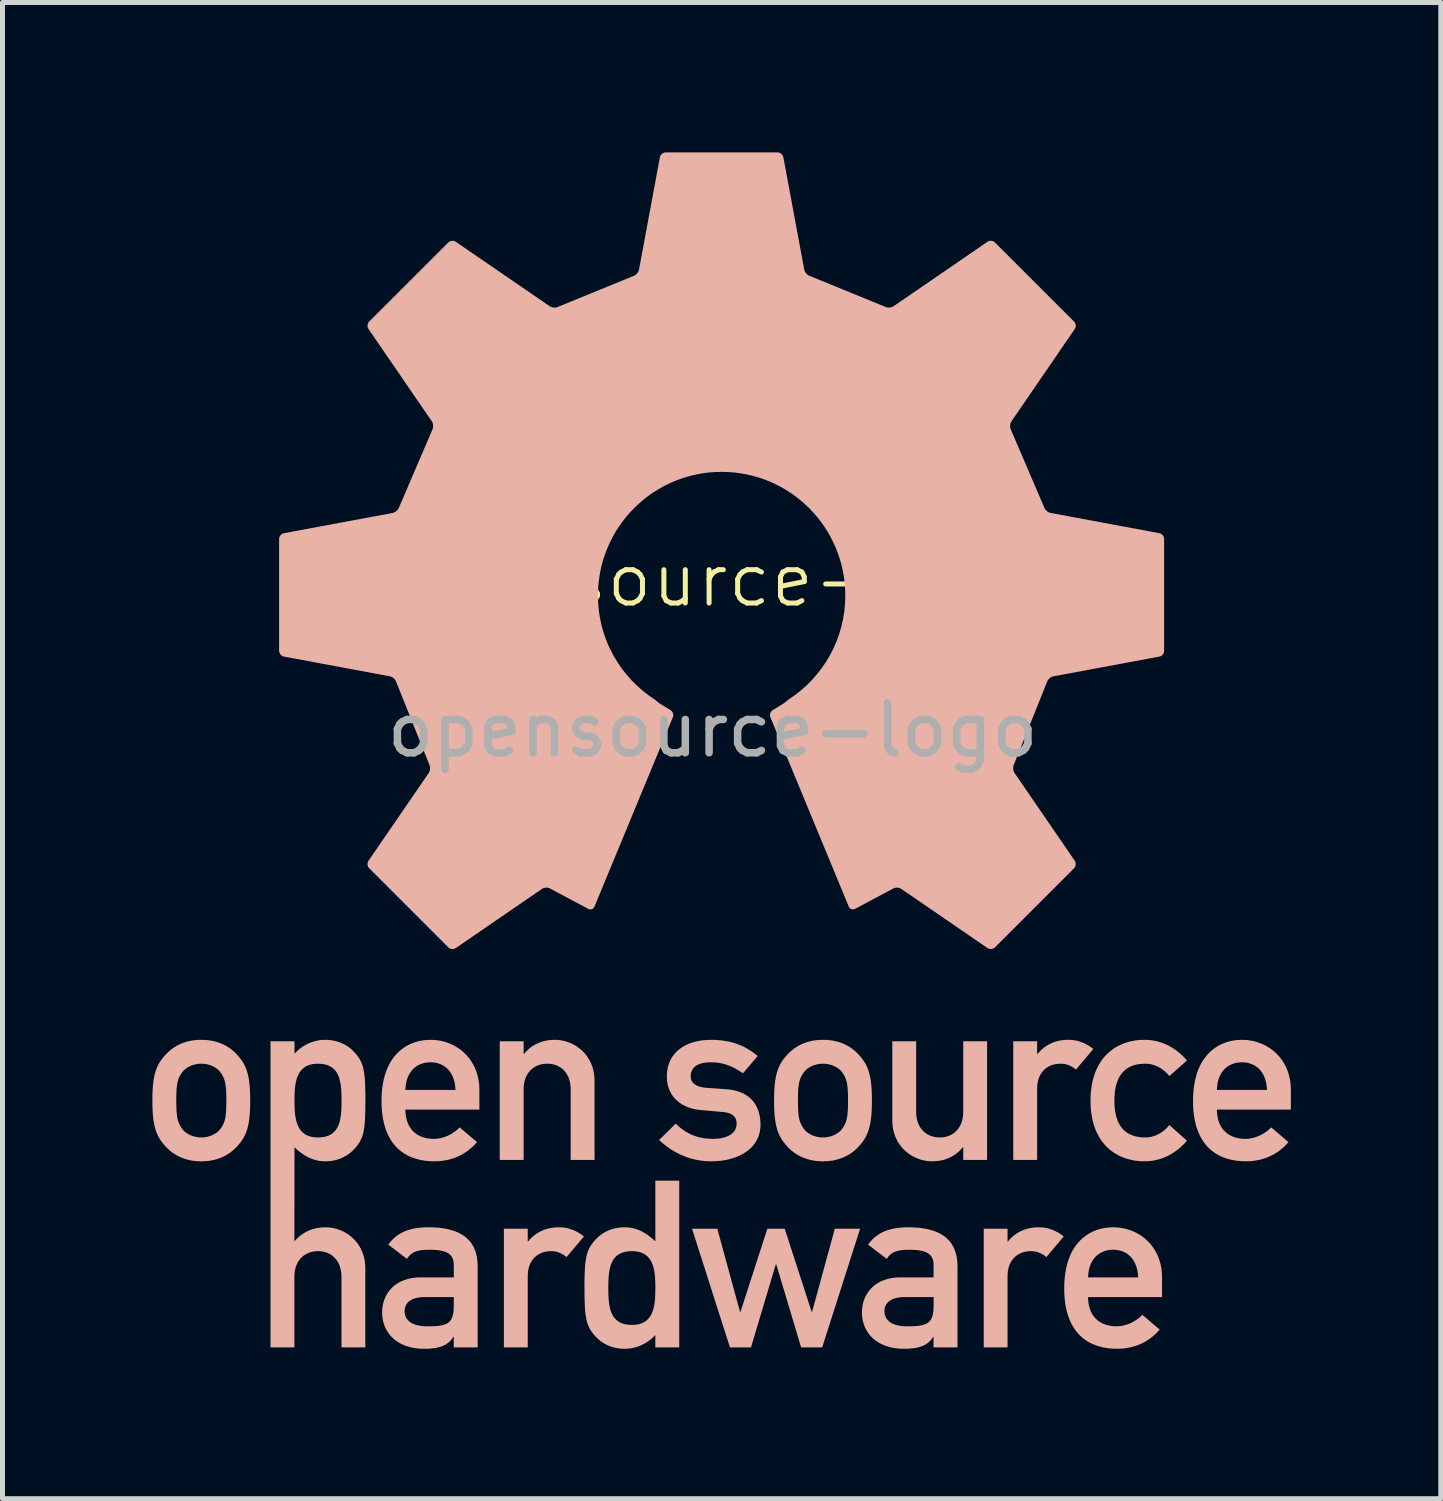
<source format=kicad_pcb>
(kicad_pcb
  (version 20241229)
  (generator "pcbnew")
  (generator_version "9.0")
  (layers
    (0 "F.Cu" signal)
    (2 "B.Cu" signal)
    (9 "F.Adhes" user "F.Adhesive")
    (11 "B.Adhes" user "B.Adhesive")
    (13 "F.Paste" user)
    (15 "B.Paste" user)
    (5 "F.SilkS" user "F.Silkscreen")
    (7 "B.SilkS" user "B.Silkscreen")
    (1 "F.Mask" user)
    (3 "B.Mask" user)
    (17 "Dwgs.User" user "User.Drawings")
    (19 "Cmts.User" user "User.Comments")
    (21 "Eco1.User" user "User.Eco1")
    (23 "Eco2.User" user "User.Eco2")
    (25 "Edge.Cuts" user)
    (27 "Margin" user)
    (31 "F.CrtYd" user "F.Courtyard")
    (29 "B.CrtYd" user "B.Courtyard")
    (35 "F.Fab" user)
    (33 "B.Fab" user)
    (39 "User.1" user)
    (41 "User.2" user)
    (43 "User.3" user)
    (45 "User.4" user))
  (footprint "opensource-logo"
    (layer "F.Cu")
    (at 11.213 9.061)
    (property "Reference" "opensource-logo" (at 0 -0.5 0) (unlocked yes) (layer "F.SilkS") (effects (font (size 1 1) (thickness 0.1))))
    (attr smd)
    (fp_poly (pts (xy 0.547 14.143) (xy 0.557 14.143) (xy 1.095 12.48) (xy 1.442 12.48) (xy 1.981 14.143) (xy 1.99 14.143) (xy 2.445 12.48) (xy 2.951 12.48) (xy 2.192 14.855) (xy 1.77 14.855) (xy 1.273 13.192) (xy 1.264 13.192) (xy 0.767 14.855) (xy 0.346 14.855) (xy -0.413 12.48) (xy 0.093 12.48)) (stroke (width 0) (type solid)) (fill yes) (layer "B.SilkS"))
    (fp_poly (pts (xy -3.037 12.452) (xy -3.002 12.455) (xy -2.968 12.459) (xy -2.935 12.464) (xy -2.902 12.471) (xy -2.869 12.48) (xy -2.838 12.49) (xy -2.807 12.501) (xy -2.776 12.513) (xy -2.746 12.527) (xy -2.717 12.542) (xy -2.688 12.558) (xy -2.659 12.576) (xy -2.631 12.594) (xy -2.604 12.614) (xy -2.576 12.634) (xy -2.923 13.047) (xy -2.943 13.031) (xy -2.964 13.017) (xy -2.983 13.004) (xy -3.002 12.993) (xy -3.021 12.982) (xy -3.039 12.972) (xy -3.058 12.964) (xy -3.076 12.956) (xy -3.095 12.95) (xy -3.113 12.944) (xy -3.133 12.939) (xy -3.152 12.936) (xy -3.172 12.933) (xy -3.193 12.931) (xy -3.214 12.93) (xy -3.237 12.929) (xy -3.281 12.931) (xy -3.324 12.936) (xy -3.366 12.945) (xy -3.408 12.958) (xy -3.428 12.966) (xy -3.448 12.975) (xy -3.468 12.984) (xy -3.486 12.995) (xy -3.505 13.007) (xy -3.523 13.019) (xy -3.54 13.033) (xy -3.557 13.048) (xy -3.572 13.063) (xy -3.588 13.08) (xy -3.602 13.098) (xy -3.616 13.117) (xy -3.628 13.136) (xy -3.64 13.157) (xy -3.651 13.179) (xy -3.661 13.202) (xy -3.67 13.226) (xy -3.678 13.251) (xy -3.685 13.278) (xy -3.69 13.305) (xy -3.695 13.334) (xy -3.698 13.363) (xy -3.7 13.394) (xy -3.701 13.426) (xy -3.701 14.855) (xy -4.178 14.855) (xy -4.178 12.48) (xy -3.701 12.48) (xy -3.701 12.733) (xy -3.691 12.733) (xy -3.662 12.699) (xy -3.632 12.667) (xy -3.6 12.637) (xy -3.567 12.61) (xy -3.532 12.585) (xy -3.496 12.561) (xy -3.459 12.541) (xy -3.421 12.522) (xy -3.381 12.505) (xy -3.34 12.491) (xy -3.298 12.479) (xy -3.255 12.469) (xy -3.211 12.461) (xy -3.166 12.456) (xy -3.12 12.453) (xy -3.073 12.452)) (stroke (width 0) (type solid)) (fill yes) (layer "B.SilkS"))
    (fp_poly (pts (xy 6.566 12.452) (xy 6.601 12.455) (xy 6.635 12.459) (xy 6.668 12.464) (xy 6.701 12.471) (xy 6.733 12.48) (xy 6.765 12.49) (xy 6.796 12.501) (xy 6.826 12.513) (xy 6.856 12.527) (xy 6.886 12.542) (xy 6.915 12.558) (xy 6.943 12.576) (xy 6.972 12.594) (xy 6.999 12.614) (xy 7.027 12.634) (xy 6.68 13.047) (xy 6.659 13.031) (xy 6.639 13.017) (xy 6.62 13.004) (xy 6.601 12.993) (xy 6.582 12.982) (xy 6.563 12.972) (xy 6.545 12.964) (xy 6.527 12.956) (xy 6.508 12.95) (xy 6.489 12.944) (xy 6.47 12.939) (xy 6.451 12.936) (xy 6.431 12.933) (xy 6.41 12.931) (xy 6.388 12.93) (xy 6.366 12.929) (xy 6.322 12.931) (xy 6.279 12.936) (xy 6.236 12.945) (xy 6.195 12.958) (xy 6.174 12.966) (xy 6.155 12.975) (xy 6.135 12.984) (xy 6.116 12.995) (xy 6.098 13.007) (xy 6.08 13.019) (xy 6.063 13.033) (xy 6.046 13.048) (xy 6.03 13.063) (xy 6.015 13.08) (xy 6.001 13.098) (xy 5.987 13.117) (xy 5.974 13.136) (xy 5.963 13.157) (xy 5.952 13.179) (xy 5.942 13.202) (xy 5.933 13.226) (xy 5.925 13.251) (xy 5.918 13.278) (xy 5.913 13.305) (xy 5.908 13.334) (xy 5.905 13.363) (xy 5.903 13.394) (xy 5.902 13.426) (xy 5.902 14.855) (xy 5.425 14.855) (xy 5.425 12.48) (xy 5.902 12.48) (xy 5.902 12.733) (xy 5.912 12.733) (xy 5.941 12.699) (xy 5.971 12.667) (xy 6.003 12.637) (xy 6.036 12.61) (xy 6.071 12.585) (xy 6.107 12.561) (xy 6.144 12.541) (xy 6.182 12.522) (xy 6.222 12.505) (xy 6.263 12.491) (xy 6.305 12.479) (xy 6.348 12.469) (xy 6.392 12.461) (xy 6.437 12.456) (xy 6.483 12.453) (xy 6.53 12.452)) (stroke (width 0) (type solid)) (fill yes) (layer "B.SilkS"))
    (fp_poly (pts (xy 7.158 8.7) (xy 7.193 8.703) (xy 7.227 8.707) (xy 7.261 8.712) (xy 7.293 8.719) (xy 7.326 8.728) (xy 7.357 8.738) (xy 7.388 8.749) (xy 7.419 8.761) (xy 7.449 8.775) (xy 7.478 8.79) (xy 7.507 8.806) (xy 7.536 8.824) (xy 7.564 8.842) (xy 7.591 8.862) (xy 7.619 8.882) (xy 7.272 9.295) (xy 7.251 9.279) (xy 7.231 9.265) (xy 7.212 9.252) (xy 7.193 9.241) (xy 7.174 9.23) (xy 7.156 9.221) (xy 7.137 9.212) (xy 7.119 9.204) (xy 7.1 9.198) (xy 7.082 9.192) (xy 7.062 9.188) (xy 7.043 9.184) (xy 7.023 9.181) (xy 7.002 9.179) (xy 6.981 9.178) (xy 6.958 9.178) (xy 6.914 9.179) (xy 6.871 9.185) (xy 6.828 9.194) (xy 6.787 9.206) (xy 6.767 9.214) (xy 6.747 9.223) (xy 6.727 9.233) (xy 6.708 9.243) (xy 6.69 9.255) (xy 6.672 9.268) (xy 6.655 9.281) (xy 6.638 9.296) (xy 6.623 9.311) (xy 6.607 9.328) (xy 6.593 9.346) (xy 6.579 9.365) (xy 6.567 9.384) (xy 6.555 9.405) (xy 6.544 9.427) (xy 6.534 9.45) (xy 6.525 9.474) (xy 6.517 9.5) (xy 6.51 9.526) (xy 6.505 9.553) (xy 6.5 9.582) (xy 6.497 9.611) (xy 6.495 9.642) (xy 6.494 9.674) (xy 6.494 11.103) (xy 6.016 11.103) (xy 6.016 8.728) (xy 6.494 8.728) (xy 6.494 8.981) (xy 6.504 8.981) (xy 6.533 8.947) (xy 6.563 8.915) (xy 6.595 8.885) (xy 6.628 8.858) (xy 6.663 8.832) (xy 6.699 8.809) (xy 6.736 8.789) (xy 6.774 8.77) (xy 6.814 8.753) (xy 6.855 8.739) (xy 6.897 8.727) (xy 6.94 8.717) (xy 6.984 8.709) (xy 7.029 8.704) (xy 7.075 8.701) (xy 7.122 8.7)) (stroke (width 0) (type solid)) (fill yes) (layer "B.SilkS"))
    (fp_poly (pts (xy -3.121 8.7) (xy -3.086 8.703) (xy -3.015 8.713) (xy -2.945 8.729) (xy -2.876 8.753) (xy -2.842 8.767) (xy -2.808 8.782) (xy -2.775 8.8) (xy -2.742 8.818) (xy -2.711 8.839) (xy -2.68 8.861) (xy -2.65 8.885) (xy -2.621 8.91) (xy -2.593 8.937) (xy -2.566 8.965) (xy -2.541 8.995) (xy -2.517 9.026) (xy -2.494 9.06) (xy -2.473 9.094) (xy -2.453 9.13) (xy -2.435 9.168) (xy -2.419 9.207) (xy -2.405 9.248) (xy -2.393 9.29) (xy -2.383 9.334) (xy -2.375 9.379) (xy -2.369 9.426) (xy -2.365 9.474) (xy -2.364 9.524) (xy -2.364 11.103) (xy -2.842 11.103) (xy -2.842 9.688) (xy -2.842 9.658) (xy -2.844 9.629) (xy -2.847 9.601) (xy -2.851 9.574) (xy -2.856 9.547) (xy -2.862 9.521) (xy -2.869 9.496) (xy -2.877 9.472) (xy -2.886 9.449) (xy -2.897 9.427) (xy -2.908 9.405) (xy -2.919 9.385) (xy -2.932 9.365) (xy -2.946 9.346) (xy -2.96 9.329) (xy -2.976 9.312) (xy -2.992 9.296) (xy -3.009 9.281) (xy -3.026 9.267) (xy -3.045 9.254) (xy -3.064 9.242) (xy -3.083 9.231) (xy -3.103 9.221) (xy -3.124 9.212) (xy -3.146 9.204) (xy -3.168 9.197) (xy -3.19 9.191) (xy -3.213 9.186) (xy -3.237 9.183) (xy -3.261 9.18) (xy -3.285 9.178) (xy -3.31 9.178) (xy -3.336 9.178) (xy -3.36 9.18) (xy -3.385 9.183) (xy -3.409 9.186) (xy -3.432 9.191) (xy -3.455 9.197) (xy -3.477 9.204) (xy -3.499 9.212) (xy -3.52 9.221) (xy -3.54 9.231) (xy -3.56 9.242) (xy -3.579 9.254) (xy -3.598 9.267) (xy -3.616 9.281) (xy -3.633 9.296) (xy -3.649 9.312) (xy -3.664 9.329) (xy -3.679 9.346) (xy -3.692 9.365) (xy -3.705 9.385) (xy -3.717 9.405) (xy -3.728 9.427) (xy -3.739 9.449) (xy -3.748 9.472) (xy -3.756 9.496) (xy -3.763 9.521) (xy -3.769 9.547) (xy -3.774 9.574) (xy -3.778 9.601) (xy -3.781 9.629) (xy -3.783 9.658) (xy -3.783 9.688) (xy -3.783 11.103) (xy -4.261 11.103) (xy -4.261 8.728) (xy -3.783 8.728) (xy -3.783 8.981) (xy -3.774 8.981) (xy -3.745 8.947) (xy -3.715 8.915) (xy -3.683 8.885) (xy -3.65 8.858) (xy -3.615 8.832) (xy -3.579 8.809) (xy -3.542 8.789) (xy -3.503 8.77) (xy -3.464 8.753) (xy -3.423 8.739) (xy -3.381 8.727) (xy -3.338 8.717) (xy -3.294 8.709) (xy -3.249 8.704) (xy -3.203 8.701) (xy -3.156 8.7)) (stroke (width 0) (type solid)) (fill yes) (layer "B.SilkS"))
    (fp_poly (pts (xy 4.073 10.143) (xy 4.073 10.172) (xy 4.075 10.202) (xy 4.078 10.23) (xy 4.082 10.257) (xy 4.087 10.284) (xy 4.093 10.31) (xy 4.1 10.335) (xy 4.109 10.359) (xy 4.118 10.382) (xy 4.128 10.404) (xy 4.139 10.426) (xy 4.151 10.446) (xy 4.164 10.466) (xy 4.178 10.485) (xy 4.192 10.502) (xy 4.208 10.519) (xy 4.224 10.535) (xy 4.241 10.55) (xy 4.258 10.564) (xy 4.277 10.577) (xy 4.296 10.589) (xy 4.316 10.6) (xy 4.336 10.61) (xy 4.357 10.619) (xy 4.379 10.627) (xy 4.401 10.634) (xy 4.424 10.64) (xy 4.448 10.645) (xy 4.471 10.648) (xy 4.496 10.651) (xy 4.521 10.653) (xy 4.546 10.653) (xy 4.571 10.653) (xy 4.595 10.651) (xy 4.619 10.648) (xy 4.643 10.645) (xy 4.666 10.64) (xy 4.688 10.634) (xy 4.71 10.627) (xy 4.732 10.619) (xy 4.753 10.61) (xy 4.773 10.6) (xy 4.793 10.589) (xy 4.812 10.577) (xy 4.83 10.564) (xy 4.848 10.55) (xy 4.864 10.535) (xy 4.88 10.519) (xy 4.896 10.502) (xy 4.91 10.485) (xy 4.924 10.466) (xy 4.937 10.446) (xy 4.949 10.426) (xy 4.96 10.404) (xy 4.97 10.382) (xy 4.979 10.359) (xy 4.987 10.335) (xy 4.994 10.31) (xy 5 10.284) (xy 5.005 10.257) (xy 5.009 10.23) (xy 5.012 10.202) (xy 5.014 10.172) (xy 5.015 10.143) (xy 5.015 8.728) (xy 5.492 8.728) (xy 5.492 11.103) (xy 5.015 11.103) (xy 5.015 10.85) (xy 5.005 10.85) (xy 4.976 10.884) (xy 4.946 10.916) (xy 4.914 10.946) (xy 4.881 10.973) (xy 4.847 10.998) (xy 4.811 11.021) (xy 4.774 11.042) (xy 4.735 11.061) (xy 4.696 11.077) (xy 4.655 11.092) (xy 4.614 11.104) (xy 4.571 11.114) (xy 4.528 11.121) (xy 4.483 11.127) (xy 4.438 11.13) (xy 4.392 11.131) (xy 4.356 11.13) (xy 4.321 11.128) (xy 4.25 11.118) (xy 4.179 11.101) (xy 4.144 11.091) (xy 4.109 11.078) (xy 4.075 11.064) (xy 4.041 11.048) (xy 4.008 11.031) (xy 3.975 11.012) (xy 3.943 10.992) (xy 3.912 10.97) (xy 3.882 10.946) (xy 3.853 10.921) (xy 3.825 10.894) (xy 3.798 10.866) (xy 3.773 10.836) (xy 3.748 10.804) (xy 3.726 10.771) (xy 3.704 10.737) (xy 3.685 10.701) (xy 3.667 10.663) (xy 3.651 10.624) (xy 3.637 10.583) (xy 3.624 10.541) (xy 3.614 10.497) (xy 3.606 10.452) (xy 3.6 10.405) (xy 3.596 10.357) (xy 3.595 10.307) (xy 3.595 10.307) (xy 3.595 8.728) (xy 4.073 8.728)) (stroke (width 0) (type solid)) (fill yes) (layer "B.SilkS"))
    (fp_poly (pts (xy 8.673 8.7) (xy 8.706 8.702) (xy 8.739 8.704) (xy 8.771 8.707) (xy 8.834 8.717) (xy 8.896 8.73) (xy 8.956 8.747) (xy 9.013 8.767) (xy 9.07 8.79) (xy 9.124 8.816) (xy 9.176 8.845) (xy 9.227 8.876) (xy 9.276 8.91) (xy 9.323 8.947) (xy 9.368 8.985) (xy 9.411 9.026) (xy 9.453 9.068) (xy 9.492 9.112) (xy 9.141 9.426) (xy 9.118 9.399) (xy 9.095 9.373) (xy 9.07 9.349) (xy 9.044 9.326) (xy 9.017 9.304) (xy 8.989 9.283) (xy 8.96 9.264) (xy 8.929 9.247) (xy 8.899 9.232) (xy 8.867 9.218) (xy 8.834 9.206) (xy 8.8 9.196) (xy 8.766 9.188) (xy 8.731 9.182) (xy 8.695 9.179) (xy 8.658 9.178) (xy 8.587 9.18) (xy 8.52 9.188) (xy 8.488 9.194) (xy 8.457 9.201) (xy 8.427 9.21) (xy 8.398 9.22) (xy 8.37 9.232) (xy 8.343 9.244) (xy 8.317 9.259) (xy 8.292 9.275) (xy 8.268 9.292) (xy 8.245 9.311) (xy 8.224 9.331) (xy 8.203 9.353) (xy 8.184 9.376) (xy 8.166 9.401) (xy 8.149 9.427) (xy 8.133 9.455) (xy 8.118 9.484) (xy 8.105 9.516) (xy 8.093 9.548) (xy 8.082 9.583) (xy 8.072 9.619) (xy 8.064 9.656) (xy 8.056 9.695) (xy 8.05 9.736) (xy 8.043 9.824) (xy 8.04 9.918) (xy 8.041 9.965) (xy 8.043 10.011) (xy 8.046 10.055) (xy 8.05 10.097) (xy 8.056 10.138) (xy 8.064 10.177) (xy 8.072 10.214) (xy 8.082 10.25) (xy 8.093 10.284) (xy 8.105 10.317) (xy 8.118 10.348) (xy 8.133 10.377) (xy 8.149 10.405) (xy 8.166 10.431) (xy 8.184 10.456) (xy 8.203 10.479) (xy 8.224 10.501) (xy 8.245 10.521) (xy 8.268 10.539) (xy 8.292 10.557) (xy 8.317 10.572) (xy 8.343 10.587) (xy 8.37 10.6) (xy 8.398 10.611) (xy 8.427 10.621) (xy 8.457 10.63) (xy 8.488 10.637) (xy 8.52 10.643) (xy 8.553 10.648) (xy 8.587 10.651) (xy 8.622 10.653) (xy 8.658 10.653) (xy 8.677 10.653) (xy 8.695 10.652) (xy 8.713 10.651) (xy 8.731 10.649) (xy 8.766 10.643) (xy 8.8 10.635) (xy 8.834 10.625) (xy 8.867 10.613) (xy 8.898 10.599) (xy 8.929 10.584) (xy 8.959 10.566) (xy 8.989 10.548) (xy 9.017 10.527) (xy 9.044 10.505) (xy 9.07 10.482) (xy 9.095 10.458) (xy 9.118 10.432) (xy 9.141 10.405) (xy 9.492 10.719) (xy 9.453 10.763) (xy 9.411 10.805) (xy 9.368 10.846) (xy 9.323 10.884) (xy 9.276 10.92) (xy 9.227 10.954) (xy 9.176 10.986) (xy 9.124 11.015) (xy 9.07 11.041) (xy 9.014 11.064) (xy 8.956 11.084) (xy 8.896 11.1) (xy 8.835 11.114) (xy 8.771 11.123) (xy 8.706 11.129) (xy 8.64 11.131) (xy 8.537 11.127) (xy 8.436 11.115) (xy 8.337 11.093) (xy 8.24 11.064) (xy 8.193 11.045) (xy 8.147 11.024) (xy 8.102 11.001) (xy 8.058 10.976) (xy 8.015 10.948) (xy 7.974 10.918) (xy 7.934 10.885) (xy 7.895 10.85) (xy 7.858 10.812) (xy 7.823 10.771) (xy 7.79 10.728) (xy 7.758 10.683) (xy 7.729 10.634) (xy 7.702 10.583) (xy 7.676 10.53) (xy 7.653 10.473) (xy 7.633 10.414) (xy 7.614 10.352) (xy 7.599 10.287) (xy 7.586 10.219) (xy 7.576 10.148) (xy 7.568 10.074) (xy 7.564 9.997) (xy 7.562 9.918) (xy 7.564 9.837) (xy 7.568 9.76) (xy 7.576 9.686) (xy 7.586 9.615) (xy 7.599 9.547) (xy 7.614 9.482) (xy 7.633 9.419) (xy 7.653 9.36) (xy 7.676 9.303) (xy 7.702 9.249) (xy 7.729 9.198) (xy 7.758 9.149) (xy 7.79 9.103) (xy 7.823 9.06) (xy 7.858 9.02) (xy 7.895 8.982) (xy 7.934 8.946) (xy 7.974 8.914) (xy 8.015 8.883) (xy 8.058 8.855) (xy 8.102 8.83) (xy 8.147 8.807) (xy 8.193 8.786) (xy 8.24 8.767) (xy 8.288 8.751) (xy 8.337 8.737) (xy 8.386 8.726) (xy 8.436 8.716) (xy 8.486 8.709) (xy 8.537 8.704) (xy 8.64 8.7)) (stroke (width 0) (type solid)) (fill yes) (layer "B.SilkS"))
    (fp_poly (pts (xy -0.669 14.855) (xy -1.147 14.855) (xy -1.147 14.607) (xy -1.176 14.637) (xy -1.206 14.666) (xy -1.238 14.693) (xy -1.272 14.719) (xy -1.306 14.743) (xy -1.343 14.766) (xy -1.38 14.787) (xy -1.418 14.806) (xy -1.458 14.824) (xy -1.499 14.839) (xy -1.54 14.852) (xy -1.583 14.863) (xy -1.626 14.872) (xy -1.67 14.878) (xy -1.715 14.882) (xy -1.761 14.883) (xy -1.788 14.883) (xy -1.814 14.882) (xy -1.84 14.88) (xy -1.866 14.877) (xy -1.891 14.874) (xy -1.916 14.87) (xy -1.94 14.865) (xy -1.964 14.86) (xy -1.987 14.854) (xy -2.01 14.847) (xy -2.032 14.84) (xy -2.054 14.832) (xy -2.075 14.824) (xy -2.096 14.815) (xy -2.137 14.795) (xy -2.176 14.774) (xy -2.213 14.75) (xy -2.248 14.725) (xy -2.282 14.697) (xy -2.313 14.669) (xy -2.343 14.638) (xy -2.371 14.607) (xy -2.398 14.574) (xy -2.421 14.542) (xy -2.443 14.51) (xy -2.462 14.478) (xy -2.479 14.443) (xy -2.495 14.406) (xy -2.509 14.367) (xy -2.521 14.323) (xy -2.531 14.276) (xy -2.54 14.224) (xy -2.548 14.166) (xy -2.554 14.101) (xy -2.558 14.031) (xy -2.564 13.865) (xy -2.566 13.665) (xy -2.089 13.665) (xy -2.088 13.735) (xy -2.087 13.803) (xy -2.083 13.871) (xy -2.078 13.937) (xy -2.069 14.001) (xy -2.064 14.032) (xy -2.057 14.062) (xy -2.05 14.091) (xy -2.041 14.12) (xy -2.032 14.147) (xy -2.021 14.174) (xy -2.008 14.199) (xy -1.995 14.224) (xy -1.979 14.247) (xy -1.963 14.269) (xy -1.944 14.289) (xy -1.924 14.308) (xy -1.903 14.326) (xy -1.879 14.342) (xy -1.854 14.356) (xy -1.826 14.369) (xy -1.796 14.38) (xy -1.765 14.389) (xy -1.731 14.396) (xy -1.695 14.401) (xy -1.656 14.404) (xy -1.615 14.405) (xy -1.575 14.404) (xy -1.537 14.401) (xy -1.501 14.395) (xy -1.467 14.388) (xy -1.436 14.378) (xy -1.407 14.367) (xy -1.38 14.353) (xy -1.354 14.338) (xy -1.331 14.322) (xy -1.309 14.303) (xy -1.29 14.284) (xy -1.271 14.263) (xy -1.255 14.24) (xy -1.24 14.216) (xy -1.226 14.191) (xy -1.214 14.165) (xy -1.203 14.138) (xy -1.194 14.11) (xy -1.178 14.052) (xy -1.166 13.991) (xy -1.157 13.927) (xy -1.152 13.862) (xy -1.149 13.797) (xy -1.147 13.665) (xy -1.147 13.601) (xy -1.149 13.535) (xy -1.152 13.47) (xy -1.157 13.406) (xy -1.166 13.343) (xy -1.171 13.312) (xy -1.178 13.282) (xy -1.185 13.253) (xy -1.194 13.224) (xy -1.203 13.196) (xy -1.214 13.169) (xy -1.226 13.143) (xy -1.24 13.118) (xy -1.255 13.094) (xy -1.271 13.072) (xy -1.29 13.051) (xy -1.309 13.031) (xy -1.331 13.013) (xy -1.354 12.996) (xy -1.38 12.981) (xy -1.407 12.968) (xy -1.436 12.956) (xy -1.467 12.947) (xy -1.501 12.939) (xy -1.537 12.934) (xy -1.575 12.93) (xy -1.615 12.929) (xy -1.656 12.93) (xy -1.695 12.934) (xy -1.731 12.939) (xy -1.765 12.946) (xy -1.796 12.955) (xy -1.826 12.966) (xy -1.854 12.979) (xy -1.879 12.993) (xy -1.903 13.009) (xy -1.924 13.026) (xy -1.944 13.045) (xy -1.963 13.066) (xy -1.979 13.087) (xy -1.995 13.111) (xy -2.008 13.135) (xy -2.021 13.16) (xy -2.032 13.187) (xy -2.041 13.214) (xy -2.057 13.272) (xy -2.069 13.333) (xy -2.078 13.396) (xy -2.083 13.462) (xy -2.087 13.529) (xy -2.089 13.665) (xy -2.566 13.665) (xy -2.566 13.561) (xy -2.564 13.466) (xy -2.562 13.38) (xy -2.558 13.302) (xy -2.554 13.232) (xy -2.548 13.168) (xy -2.54 13.11) (xy -2.531 13.058) (xy -2.521 13.011) (xy -2.515 12.989) (xy -2.509 12.968) (xy -2.502 12.948) (xy -2.495 12.928) (xy -2.487 12.909) (xy -2.479 12.891) (xy -2.462 12.857) (xy -2.443 12.824) (xy -2.421 12.792) (xy -2.398 12.761) (xy -2.371 12.728) (xy -2.343 12.696) (xy -2.313 12.666) (xy -2.282 12.637) (xy -2.248 12.61) (xy -2.213 12.585) (xy -2.176 12.561) (xy -2.137 12.539) (xy -2.096 12.52) (xy -2.054 12.502) (xy -2.01 12.487) (xy -1.964 12.475) (xy -1.916 12.465) (xy -1.866 12.458) (xy -1.814 12.453) (xy -1.761 12.452) (xy -1.715 12.453) (xy -1.672 12.457) (xy -1.629 12.463) (xy -1.587 12.472) (xy -1.546 12.483) (xy -1.506 12.496) (xy -1.467 12.511) (xy -1.429 12.529) (xy -1.392 12.548) (xy -1.355 12.57) (xy -1.319 12.593) (xy -1.284 12.618) (xy -1.249 12.644) (xy -1.214 12.672) (xy -1.18 12.702) (xy -1.147 12.733) (xy -1.147 11.519) (xy -0.669 11.519)) (stroke (width 0) (type solid)) (fill yes) (layer "B.SilkS"))
    (fp_poly (pts (xy -5.599 8.701) (xy -5.551 8.704) (xy -5.503 8.71) (xy -5.456 8.717) (xy -5.409 8.727) (xy -5.363 8.739) (xy -5.318 8.754) (xy -5.274 8.77) (xy -5.231 8.788) (xy -5.189 8.808) (xy -5.148 8.831) (xy -5.108 8.855) (xy -5.069 8.881) (xy -5.032 8.909) (xy -4.996 8.939) (xy -4.962 8.971) (xy -4.929 9.004) (xy -4.898 9.039) (xy -4.868 9.076) (xy -4.841 9.115) (xy -4.815 9.156) (xy -4.791 9.198) (xy -4.768 9.241) (xy -4.748 9.287) (xy -4.73 9.333) (xy -4.715 9.382) (xy -4.701 9.432) (xy -4.69 9.483) (xy -4.681 9.536) (xy -4.674 9.59) (xy -4.67 9.645) (xy -4.669 9.702) (xy -4.669 10.096) (xy -6.15 10.096) (xy -6.149 10.132) (xy -6.147 10.167) (xy -6.143 10.2) (xy -6.139 10.233) (xy -6.133 10.264) (xy -6.125 10.294) (xy -6.117 10.323) (xy -6.107 10.351) (xy -6.096 10.378) (xy -6.084 10.404) (xy -6.071 10.429) (xy -6.057 10.452) (xy -6.041 10.474) (xy -6.025 10.496) (xy -6.008 10.516) (xy -5.989 10.535) (xy -5.97 10.552) (xy -5.949 10.569) (xy -5.928 10.585) (xy -5.906 10.599) (xy -5.883 10.612) (xy -5.859 10.624) (xy -5.835 10.635) (xy -5.81 10.645) (xy -5.784 10.653) (xy -5.757 10.661) (xy -5.729 10.667) (xy -5.701 10.672) (xy -5.672 10.676) (xy -5.643 10.679) (xy -5.613 10.681) (xy -5.583 10.682) (xy -5.548 10.681) (xy -5.514 10.678) (xy -5.479 10.673) (xy -5.444 10.666) (xy -5.409 10.658) (xy -5.375 10.647) (xy -5.341 10.635) (xy -5.307 10.621) (xy -5.274 10.606) (xy -5.241 10.589) (xy -5.209 10.57) (xy -5.178 10.549) (xy -5.147 10.527) (xy -5.118 10.504) (xy -5.09 10.479) (xy -5.063 10.452) (xy -4.716 10.747) (xy -4.761 10.796) (xy -4.807 10.842) (xy -4.855 10.883) (xy -4.904 10.922) (xy -4.954 10.957) (xy -5.006 10.988) (xy -5.059 11.016) (xy -5.113 11.041) (xy -5.168 11.063) (xy -5.224 11.081) (xy -5.28 11.097) (xy -5.338 11.109) (xy -5.396 11.119) (xy -5.455 11.126) (xy -5.514 11.13) (xy -5.573 11.131) (xy -5.665 11.128) (xy -5.759 11.119) (xy -5.852 11.103) (xy -5.944 11.079) (xy -6.034 11.047) (xy -6.078 11.028) (xy -6.121 11.006) (xy -6.163 10.981) (xy -6.204 10.954) (xy -6.244 10.925) (xy -6.283 10.892) (xy -6.32 10.857) (xy -6.356 10.819) (xy -6.39 10.777) (xy -6.422 10.733) (xy -6.453 10.685) (xy -6.481 10.635) (xy -6.507 10.58) (xy -6.531 10.522) (xy -6.553 10.461) (xy -6.572 10.396) (xy -6.588 10.327) (xy -6.602 10.254) (xy -6.613 10.177) (xy -6.621 10.097) (xy -6.626 10.012) (xy -6.627 9.922) (xy -6.626 9.838) (xy -6.622 9.757) (xy -6.616 9.702) (xy -6.15 9.702) (xy -5.147 9.702) (xy -5.149 9.669) (xy -5.152 9.637) (xy -5.156 9.605) (xy -5.161 9.575) (xy -5.167 9.546) (xy -5.174 9.517) (xy -5.183 9.49) (xy -5.192 9.464) (xy -5.202 9.438) (xy -5.213 9.414) (xy -5.225 9.391) (xy -5.238 9.369) (xy -5.251 9.348) (xy -5.266 9.328) (xy -5.281 9.309) (xy -5.297 9.291) (xy -5.314 9.274) (xy -5.332 9.258) (xy -5.351 9.243) (xy -5.37 9.229) (xy -5.39 9.217) (xy -5.41 9.205) (xy -5.431 9.195) (xy -5.453 9.185) (xy -5.476 9.177) (xy -5.499 9.17) (xy -5.522 9.163) (xy -5.547 9.158) (xy -5.571 9.155) (xy -5.596 9.152) (xy -5.622 9.15) (xy -5.648 9.149) (xy -5.674 9.15) (xy -5.7 9.152) (xy -5.725 9.155) (xy -5.75 9.158) (xy -5.774 9.163) (xy -5.798 9.17) (xy -5.821 9.177) (xy -5.844 9.185) (xy -5.866 9.195) (xy -5.887 9.205) (xy -5.908 9.217) (xy -5.928 9.229) (xy -5.947 9.243) (xy -5.966 9.258) (xy -5.984 9.274) (xy -6.001 9.291) (xy -6.017 9.309) (xy -6.033 9.328) (xy -6.047 9.348) (xy -6.061 9.369) (xy -6.074 9.391) (xy -6.086 9.414) (xy -6.097 9.438) (xy -6.107 9.464) (xy -6.116 9.49) (xy -6.124 9.517) (xy -6.131 9.546) (xy -6.137 9.575) (xy -6.142 9.605) (xy -6.146 9.637) (xy -6.148 9.669) (xy -6.15 9.702) (xy -6.616 9.702) (xy -6.614 9.679) (xy -6.604 9.605) (xy -6.592 9.534) (xy -6.576 9.467) (xy -6.559 9.403) (xy -6.539 9.342) (xy -6.517 9.284) (xy -6.493 9.23) (xy -6.467 9.178) (xy -6.439 9.13) (xy -6.409 9.084) (xy -6.378 9.042) (xy -6.345 9.002) (xy -6.31 8.965) (xy -6.274 8.931) (xy -6.237 8.899) (xy -6.199 8.87) (xy -6.16 8.843) (xy -6.12 8.819) (xy -6.079 8.797) (xy -6.037 8.778) (xy -5.995 8.761) (xy -5.952 8.746) (xy -5.909 8.733) (xy -5.866 8.723) (xy -5.822 8.714) (xy -5.735 8.703) (xy -5.648 8.7)) (stroke (width 0) (type solid)) (fill yes) (layer "B.SilkS"))
    (fp_poly (pts (xy 8.064 12.453) (xy 8.112 12.456) (xy 8.16 12.462) (xy 8.208 12.469) (xy 8.254 12.479) (xy 8.3 12.491) (xy 8.345 12.506) (xy 8.389 12.522) (xy 8.432 12.54) (xy 8.474 12.56) (xy 8.515 12.583) (xy 8.555 12.607) (xy 8.594 12.633) (xy 8.631 12.661) (xy 8.667 12.691) (xy 8.701 12.723) (xy 8.734 12.756) (xy 8.765 12.791) (xy 8.795 12.828) (xy 8.822 12.867) (xy 8.848 12.907) (xy 8.872 12.95) (xy 8.895 12.993) (xy 8.915 13.038) (xy 8.933 13.085) (xy 8.948 13.134) (xy 8.962 13.183) (xy 8.973 13.235) (xy 8.982 13.287) (xy 8.989 13.342) (xy 8.992 13.397) (xy 8.994 13.454) (xy 8.994 13.848) (xy 7.514 13.848) (xy 7.514 13.884) (xy 7.516 13.918) (xy 7.52 13.952) (xy 7.525 13.985) (xy 7.531 14.016) (xy 7.538 14.046) (xy 7.546 14.075) (xy 7.556 14.103) (xy 7.567 14.13) (xy 7.579 14.156) (xy 7.592 14.18) (xy 7.606 14.204) (xy 7.622 14.226) (xy 7.638 14.247) (xy 7.656 14.267) (xy 7.674 14.286) (xy 7.693 14.304) (xy 7.714 14.321) (xy 7.735 14.336) (xy 7.757 14.351) (xy 7.78 14.364) (xy 7.804 14.376) (xy 7.828 14.387) (xy 7.853 14.396) (xy 7.88 14.405) (xy 7.906 14.413) (xy 7.934 14.419) (xy 7.962 14.424) (xy 7.991 14.428) (xy 8.02 14.431) (xy 8.05 14.433) (xy 8.08 14.433) (xy 8.115 14.432) (xy 8.149 14.429) (xy 8.184 14.425) (xy 8.219 14.418) (xy 8.254 14.409) (xy 8.288 14.399) (xy 8.322 14.387) (xy 8.356 14.373) (xy 8.389 14.358) (xy 8.422 14.34) (xy 8.454 14.321) (xy 8.485 14.301) (xy 8.516 14.279) (xy 8.545 14.255) (xy 8.573 14.23) (xy 8.6 14.204) (xy 8.947 14.499) (xy 8.902 14.548) (xy 8.856 14.593) (xy 8.808 14.635) (xy 8.759 14.674) (xy 8.709 14.708) (xy 8.657 14.74) (xy 8.604 14.768) (xy 8.55 14.793) (xy 8.495 14.815) (xy 8.439 14.833) (xy 8.383 14.849) (xy 8.325 14.861) (xy 8.267 14.871) (xy 8.209 14.878) (xy 8.149 14.882) (xy 8.09 14.883) (xy 7.998 14.88) (xy 7.905 14.871) (xy 7.812 14.855) (xy 7.72 14.831) (xy 7.629 14.799) (xy 7.585 14.779) (xy 7.542 14.758) (xy 7.5 14.733) (xy 7.459 14.706) (xy 7.419 14.677) (xy 7.38 14.644) (xy 7.343 14.609) (xy 7.307 14.571) (xy 7.273 14.529) (xy 7.241 14.485) (xy 7.21 14.437) (xy 7.182 14.386) (xy 7.156 14.332) (xy 7.132 14.274) (xy 7.11 14.213) (xy 7.091 14.148) (xy 7.075 14.079) (xy 7.061 14.006) (xy 7.05 13.929) (xy 7.042 13.848) (xy 7.037 13.763) (xy 7.036 13.674) (xy 7.037 13.589) (xy 7.042 13.508) (xy 7.047 13.454) (xy 7.514 13.454) (xy 8.516 13.454) (xy 8.514 13.421) (xy 8.511 13.388) (xy 8.507 13.357) (xy 8.502 13.327) (xy 8.496 13.297) (xy 8.489 13.269) (xy 8.481 13.242) (xy 8.471 13.216) (xy 8.461 13.19) (xy 8.45 13.166) (xy 8.438 13.143) (xy 8.426 13.121) (xy 8.412 13.099) (xy 8.397 13.079) (xy 8.382 13.06) (xy 8.366 13.042) (xy 8.349 13.025) (xy 8.331 13.01) (xy 8.313 12.995) (xy 8.293 12.981) (xy 8.273 12.968) (xy 8.253 12.957) (xy 8.232 12.946) (xy 8.21 12.937) (xy 8.187 12.928) (xy 8.164 12.921) (xy 8.141 12.915) (xy 8.117 12.91) (xy 8.092 12.906) (xy 8.067 12.903) (xy 8.041 12.902) (xy 8.015 12.901) (xy 7.989 12.902) (xy 7.963 12.903) (xy 7.938 12.906) (xy 7.913 12.91) (xy 7.889 12.915) (xy 7.865 12.921) (xy 7.842 12.928) (xy 7.819 12.937) (xy 7.797 12.946) (xy 7.776 12.957) (xy 7.755 12.968) (xy 7.735 12.981) (xy 7.716 12.995) (xy 7.697 13.01) (xy 7.679 13.025) (xy 7.662 13.042) (xy 7.646 13.06) (xy 7.631 13.079) (xy 7.616 13.099) (xy 7.602 13.121) (xy 7.589 13.143) (xy 7.577 13.166) (xy 7.566 13.19) (xy 7.556 13.216) (xy 7.547 13.242) (xy 7.539 13.269) (xy 7.532 13.297) (xy 7.526 13.327) (xy 7.521 13.357) (xy 7.518 13.388) (xy 7.515 13.421) (xy 7.514 13.454) (xy 7.047 13.454) (xy 7.049 13.431) (xy 7.059 13.357) (xy 7.072 13.286) (xy 7.087 13.219) (xy 7.104 13.155) (xy 7.124 13.094) (xy 7.146 13.036) (xy 7.17 12.982) (xy 7.196 12.93) (xy 7.224 12.882) (xy 7.254 12.836) (xy 7.286 12.794) (xy 7.319 12.754) (xy 7.353 12.717) (xy 7.389 12.682) (xy 7.426 12.651) (xy 7.464 12.622) (xy 7.503 12.595) (xy 7.543 12.571) (xy 7.584 12.549) (xy 7.626 12.53) (xy 7.668 12.513) (xy 7.711 12.498) (xy 7.754 12.485) (xy 7.797 12.475) (xy 7.841 12.466) (xy 7.928 12.455) (xy 8.015 12.451)) (stroke (width 0) (type solid)) (fill yes) (layer "B.SilkS"))
    (fp_poly (pts (xy 10.642 8.701) (xy 10.69 8.704) (xy 10.738 8.71) (xy 10.786 8.717) (xy 10.832 8.727) (xy 10.878 8.739) (xy 10.923 8.754) (xy 10.967 8.77) (xy 11.01 8.788) (xy 11.052 8.808) (xy 11.093 8.831) (xy 11.133 8.855) (xy 11.172 8.881) (xy 11.209 8.909) (xy 11.245 8.939) (xy 11.279 8.971) (xy 11.312 9.004) (xy 11.343 9.039) (xy 11.373 9.076) (xy 11.401 9.115) (xy 11.427 9.156) (xy 11.451 9.198) (xy 11.473 9.241) (xy 11.493 9.287) (xy 11.511 9.333) (xy 11.527 9.382) (xy 11.54 9.432) (xy 11.552 9.483) (xy 11.561 9.536) (xy 11.567 9.59) (xy 11.571 9.645) (xy 11.572 9.702) (xy 11.572 10.096) (xy 10.092 10.096) (xy 10.092 10.132) (xy 10.094 10.167) (xy 10.098 10.2) (xy 10.103 10.233) (xy 10.109 10.264) (xy 10.116 10.294) (xy 10.124 10.323) (xy 10.134 10.351) (xy 10.145 10.378) (xy 10.157 10.404) (xy 10.17 10.429) (xy 10.185 10.452) (xy 10.2 10.474) (xy 10.216 10.496) (xy 10.234 10.516) (xy 10.252 10.535) (xy 10.271 10.552) (xy 10.292 10.569) (xy 10.313 10.585) (xy 10.335 10.599) (xy 10.358 10.612) (xy 10.382 10.624) (xy 10.406 10.635) (xy 10.432 10.645) (xy 10.458 10.653) (xy 10.484 10.661) (xy 10.512 10.667) (xy 10.54 10.672) (xy 10.569 10.676) (xy 10.598 10.679) (xy 10.628 10.681) (xy 10.659 10.682) (xy 10.693 10.681) (xy 10.728 10.678) (xy 10.762 10.673) (xy 10.797 10.666) (xy 10.832 10.658) (xy 10.866 10.647) (xy 10.9 10.635) (xy 10.934 10.621) (xy 10.968 10.606) (xy 11 10.589) (xy 11.032 10.57) (xy 11.064 10.549) (xy 11.094 10.527) (xy 11.123 10.504) (xy 11.151 10.479) (xy 11.178 10.452) (xy 11.525 10.747) (xy 11.481 10.796) (xy 11.434 10.842) (xy 11.386 10.883) (xy 11.337 10.922) (xy 11.287 10.957) (xy 11.235 10.988) (xy 11.182 11.016) (xy 11.128 11.041) (xy 11.073 11.063) (xy 11.017 11.081) (xy 10.961 11.097) (xy 10.903 11.109) (xy 10.845 11.119) (xy 10.787 11.126) (xy 10.728 11.13) (xy 10.668 11.131) (xy 10.576 11.128) (xy 10.483 11.119) (xy 10.39 11.103) (xy 10.298 11.079) (xy 10.207 11.047) (xy 10.163 11.028) (xy 10.12 11.006) (xy 10.078 10.981) (xy 10.037 10.954) (xy 9.997 10.925) (xy 9.958 10.892) (xy 9.921 10.857) (xy 9.885 10.819) (xy 9.851 10.777) (xy 9.819 10.733) (xy 9.788 10.685) (xy 9.76 10.635) (xy 9.734 10.58) (xy 9.71 10.522) (xy 9.688 10.461) (xy 9.669 10.396) (xy 9.653 10.327) (xy 9.639 10.254) (xy 9.628 10.177) (xy 9.62 10.097) (xy 9.615 10.012) (xy 9.614 9.922) (xy 9.615 9.838) (xy 9.62 9.757) (xy 9.625 9.702) (xy 10.092 9.702) (xy 11.094 9.702) (xy 11.092 9.669) (xy 11.089 9.637) (xy 11.085 9.605) (xy 11.08 9.575) (xy 11.074 9.546) (xy 11.067 9.517) (xy 11.059 9.49) (xy 11.049 9.464) (xy 11.039 9.438) (xy 11.028 9.414) (xy 11.016 9.391) (xy 11.004 9.369) (xy 10.99 9.348) (xy 10.975 9.328) (xy 10.96 9.309) (xy 10.944 9.291) (xy 10.927 9.274) (xy 10.909 9.258) (xy 10.891 9.243) (xy 10.871 9.229) (xy 10.851 9.217) (xy 10.831 9.205) (xy 10.81 9.195) (xy 10.788 9.185) (xy 10.765 9.177) (xy 10.742 9.17) (xy 10.719 9.163) (xy 10.695 9.158) (xy 10.67 9.155) (xy 10.645 9.152) (xy 10.619 9.15) (xy 10.593 9.149) (xy 10.567 9.15) (xy 10.541 9.152) (xy 10.516 9.155) (xy 10.491 9.158) (xy 10.467 9.163) (xy 10.443 9.17) (xy 10.42 9.177) (xy 10.397 9.185) (xy 10.375 9.195) (xy 10.354 9.205) (xy 10.333 9.217) (xy 10.313 9.229) (xy 10.294 9.243) (xy 10.275 9.258) (xy 10.257 9.274) (xy 10.24 9.291) (xy 10.224 9.309) (xy 10.209 9.328) (xy 10.194 9.348) (xy 10.18 9.369) (xy 10.167 9.391) (xy 10.155 9.414) (xy 10.144 9.438) (xy 10.134 9.464) (xy 10.125 9.49) (xy 10.117 9.517) (xy 10.11 9.546) (xy 10.104 9.575) (xy 10.1 9.605) (xy 10.096 9.637) (xy 10.093 9.669) (xy 10.092 9.702) (xy 9.625 9.702) (xy 9.627 9.679) (xy 9.637 9.605) (xy 9.65 9.534) (xy 9.665 9.467) (xy 9.682 9.403) (xy 9.702 9.342) (xy 9.724 9.284) (xy 9.748 9.23) (xy 9.774 9.178) (xy 9.802 9.13) (xy 9.832 9.084) (xy 9.864 9.042) (xy 9.897 9.002) (xy 9.931 8.965) (xy 9.967 8.931) (xy 10.004 8.899) (xy 10.042 8.87) (xy 10.081 8.843) (xy 10.121 8.819) (xy 10.162 8.797) (xy 10.204 8.778) (xy 10.246 8.761) (xy 10.289 8.746) (xy 10.332 8.733) (xy 10.375 8.723) (xy 10.419 8.714) (xy 10.506 8.703) (xy 10.593 8.7)) (stroke (width 0) (type solid)) (fill yes) (layer "B.SilkS"))
    (fp_poly (pts (xy -5.584 12.454) (xy -5.481 12.461) (xy -5.383 12.474) (xy -5.336 12.482) (xy -5.29 12.492) (xy -5.246 12.503) (xy -5.203 12.515) (xy -5.162 12.529) (xy -5.122 12.545) (xy -5.083 12.562) (xy -5.047 12.581) (xy -5.012 12.601) (xy -4.978 12.623) (xy -4.946 12.647) (xy -4.916 12.673) (xy -4.888 12.7) (xy -4.862 12.729) (xy -4.837 12.76) (xy -4.815 12.793) (xy -4.794 12.828) (xy -4.776 12.865) (xy -4.759 12.904) (xy -4.744 12.944) (xy -4.732 12.987) (xy -4.722 13.032) (xy -4.714 13.079) (xy -4.708 13.129) (xy -4.705 13.18) (xy -4.703 13.234) (xy -4.703 14.855) (xy -5.181 14.855) (xy -5.181 14.644) (xy -5.191 14.644) (xy -5.21 14.674) (xy -5.231 14.702) (xy -5.254 14.727) (xy -5.278 14.751) (xy -5.305 14.772) (xy -5.334 14.792) (xy -5.365 14.81) (xy -5.399 14.825) (xy -5.436 14.839) (xy -5.475 14.851) (xy -5.517 14.861) (xy -5.562 14.869) (xy -5.611 14.875) (xy -5.662 14.88) (xy -5.718 14.882) (xy -5.776 14.883) (xy -5.825 14.882) (xy -5.873 14.88) (xy -5.919 14.875) (xy -5.964 14.869) (xy -6.008 14.861) (xy -6.05 14.852) (xy -6.091 14.84) (xy -6.131 14.828) (xy -6.169 14.814) (xy -6.206 14.798) (xy -6.241 14.781) (xy -6.274 14.762) (xy -6.307 14.742) (xy -6.337 14.721) (xy -6.367 14.699) (xy -6.394 14.675) (xy -6.42 14.65) (xy -6.445 14.624) (xy -6.468 14.596) (xy -6.489 14.568) (xy -6.509 14.539) (xy -6.527 14.508) (xy -6.544 14.477) (xy -6.558 14.444) (xy -6.572 14.411) (xy -6.583 14.377) (xy -6.593 14.342) (xy -6.601 14.307) (xy -6.607 14.27) (xy -6.611 14.233) (xy -6.614 14.195) (xy -6.615 14.157) (xy -6.615 14.134) (xy -6.165 14.134) (xy -6.164 14.163) (xy -6.159 14.192) (xy -6.152 14.22) (xy -6.141 14.248) (xy -6.134 14.261) (xy -6.126 14.274) (xy -6.118 14.286) (xy -6.108 14.298) (xy -6.098 14.31) (xy -6.087 14.322) (xy -6.075 14.333) (xy -6.062 14.343) (xy -6.048 14.353) (xy -6.033 14.363) (xy -6.017 14.372) (xy -6 14.38) (xy -5.982 14.388) (xy -5.963 14.396) (xy -5.943 14.403) (xy -5.922 14.409) (xy -5.877 14.419) (xy -5.828 14.427) (xy -5.774 14.432) (xy -5.715 14.433) (xy -5.644 14.433) (xy -5.578 14.431) (xy -5.518 14.427) (xy -5.464 14.421) (xy -5.439 14.417) (xy -5.415 14.412) (xy -5.393 14.407) (xy -5.371 14.4) (xy -5.352 14.393) (xy -5.333 14.385) (xy -5.315 14.376) (xy -5.299 14.366) (xy -5.284 14.355) (xy -5.27 14.342) (xy -5.257 14.329) (xy -5.245 14.314) (xy -5.235 14.298) (xy -5.225 14.281) (xy -5.216 14.262) (xy -5.209 14.242) (xy -5.202 14.22) (xy -5.197 14.197) (xy -5.192 14.172) (xy -5.188 14.145) (xy -5.185 14.117) (xy -5.183 14.087) (xy -5.182 14.055) (xy -5.181 14.021) (xy -5.181 13.848) (xy -5.753 13.848) (xy -5.779 13.848) (xy -5.804 13.849) (xy -5.828 13.85) (xy -5.851 13.853) (xy -5.874 13.856) (xy -5.895 13.859) (xy -5.916 13.863) (xy -5.936 13.868) (xy -5.955 13.873) (xy -5.973 13.879) (xy -5.99 13.885) (xy -6.007 13.892) (xy -6.023 13.9) (xy -6.037 13.908) (xy -6.051 13.916) (xy -6.065 13.926) (xy -6.077 13.935) (xy -6.088 13.945) (xy -6.099 13.956) (xy -6.109 13.967) (xy -6.118 13.978) (xy -6.126 13.99) (xy -6.134 14.003) (xy -6.14 14.016) (xy -6.146 14.029) (xy -6.151 14.043) (xy -6.156 14.057) (xy -6.159 14.071) (xy -6.162 14.086) (xy -6.164 14.102) (xy -6.165 14.117) (xy -6.165 14.134) (xy -6.615 14.134) (xy -6.614 14.122) (xy -6.612 14.087) (xy -6.608 14.052) (xy -6.603 14.018) (xy -6.596 13.984) (xy -6.587 13.951) (xy -6.578 13.919) (xy -6.566 13.887) (xy -6.553 13.856) (xy -6.539 13.826) (xy -6.523 13.796) (xy -6.505 13.768) (xy -6.486 13.74) (xy -6.466 13.714) (xy -6.444 13.688) (xy -6.42 13.663) (xy -6.395 13.64) (xy -6.369 13.617) (xy -6.341 13.596) (xy -6.311 13.576) (xy -6.28 13.558) (xy -6.248 13.541) (xy -6.214 13.525) (xy -6.178 13.511) (xy -6.141 13.498) (xy -6.103 13.486) (xy -6.063 13.477) (xy -6.022 13.469) (xy -5.979 13.462) (xy -5.935 13.458) (xy -5.889 13.455) (xy -5.842 13.454) (xy -5.181 13.454) (xy -5.181 13.206) (xy -5.183 13.165) (xy -5.185 13.146) (xy -5.188 13.128) (xy -5.192 13.111) (xy -5.197 13.094) (xy -5.203 13.078) (xy -5.209 13.063) (xy -5.217 13.049) (xy -5.225 13.036) (xy -5.235 13.023) (xy -5.245 13.011) (xy -5.257 12.999) (xy -5.269 12.989) (xy -5.282 12.979) (xy -5.297 12.969) (xy -5.312 12.96) (xy -5.328 12.952) (xy -5.364 12.938) (xy -5.404 12.927) (xy -5.448 12.917) (xy -5.497 12.91) (xy -5.549 12.905) (xy -5.607 12.902) (xy -5.669 12.901) (xy -5.714 12.902) (xy -5.756 12.903) (xy -5.795 12.906) (xy -5.832 12.911) (xy -5.849 12.913) (xy -5.866 12.916) (xy -5.882 12.92) (xy -5.898 12.923) (xy -5.913 12.927) (xy -5.927 12.932) (xy -5.941 12.936) (xy -5.955 12.942) (xy -5.968 12.947) (xy -5.981 12.953) (xy -5.993 12.96) (xy -6.005 12.966) (xy -6.016 12.974) (xy -6.027 12.981) (xy -6.037 12.99) (xy -6.047 12.998) (xy -6.057 13.007) (xy -6.067 13.017) (xy -6.076 13.027) (xy -6.085 13.037) (xy -6.094 13.048) (xy -6.102 13.06) (xy -6.11 13.072) (xy -6.118 13.084) (xy -6.493 12.798) (xy -6.458 12.753) (xy -6.421 12.711) (xy -6.382 12.672) (xy -6.341 12.637) (xy -6.298 12.606) (xy -6.253 12.577) (xy -6.206 12.552) (xy -6.158 12.53) (xy -6.107 12.511) (xy -6.054 12.495) (xy -5.999 12.481) (xy -5.942 12.47) (xy -5.883 12.462) (xy -5.821 12.456) (xy -5.758 12.453) (xy -5.692 12.452)) (stroke (width 0) (type solid)) (fill yes) (layer "B.SilkS"))
    (fp_poly (pts (xy -10.2 8.7) (xy -10.167 8.701) (xy -10.134 8.704) (xy -10.102 8.707) (xy -10.072 8.711) (xy -10.042 8.715) (xy -10.012 8.721) (xy -9.984 8.727) (xy -9.956 8.734) (xy -9.929 8.741) (xy -9.903 8.749) (xy -9.878 8.758) (xy -9.853 8.767) (xy -9.83 8.777) (xy -9.806 8.787) (xy -9.784 8.797) (xy -9.741 8.82) (xy -9.701 8.844) (xy -9.664 8.869) (xy -9.629 8.895) (xy -9.596 8.922) (xy -9.566 8.949) (xy -9.538 8.977) (xy -9.513 9.004) (xy -9.48 9.042) (xy -9.449 9.08) (xy -9.421 9.119) (xy -9.395 9.159) (xy -9.372 9.201) (xy -9.351 9.246) (xy -9.332 9.293) (xy -9.315 9.343) (xy -9.301 9.396) (xy -9.288 9.454) (xy -9.278 9.517) (xy -9.27 9.584) (xy -9.263 9.657) (xy -9.259 9.736) (xy -9.256 9.821) (xy -9.255 9.913) (xy -9.256 10.006) (xy -9.259 10.092) (xy -9.263 10.172) (xy -9.27 10.245) (xy -9.278 10.313) (xy -9.288 10.376) (xy -9.301 10.434) (xy -9.315 10.488) (xy -9.332 10.538) (xy -9.351 10.585) (xy -9.372 10.629) (xy -9.395 10.671) (xy -9.421 10.712) (xy -9.449 10.751) (xy -9.48 10.789) (xy -9.513 10.827) (xy -9.538 10.854) (xy -9.566 10.882) (xy -9.596 10.909) (xy -9.629 10.936) (xy -9.664 10.962) (xy -9.701 10.987) (xy -9.741 11.011) (xy -9.784 11.033) (xy -9.83 11.054) (xy -9.878 11.073) (xy -9.929 11.09) (xy -9.984 11.104) (xy -10.042 11.116) (xy -10.102 11.124) (xy -10.167 11.129) (xy -10.234 11.131) (xy -10.269 11.131) (xy -10.302 11.129) (xy -10.334 11.127) (xy -10.366 11.124) (xy -10.397 11.12) (xy -10.427 11.116) (xy -10.456 11.11) (xy -10.485 11.104) (xy -10.512 11.097) (xy -10.539 11.09) (xy -10.565 11.082) (xy -10.591 11.073) (xy -10.615 11.064) (xy -10.639 11.054) (xy -10.662 11.044) (xy -10.685 11.033) (xy -10.727 11.011) (xy -10.767 10.987) (xy -10.805 10.962) (xy -10.84 10.936) (xy -10.872 10.909) (xy -10.902 10.882) (xy -10.93 10.854) (xy -10.956 10.827) (xy -10.989 10.789) (xy -11.019 10.751) (xy -11.048 10.712) (xy -11.073 10.671) (xy -11.097 10.629) (xy -11.118 10.585) (xy -11.137 10.538) (xy -11.153 10.488) (xy -11.168 10.434) (xy -11.18 10.376) (xy -11.191 10.313) (xy -11.199 10.245) (xy -11.205 10.172) (xy -11.21 10.092) (xy -11.213 10.006) (xy -11.213 9.913) (xy -10.736 9.913) (xy -10.735 9.975) (xy -10.734 10.032) (xy -10.732 10.083) (xy -10.73 10.13) (xy -10.726 10.173) (xy -10.722 10.212) (xy -10.717 10.247) (xy -10.71 10.279) (xy -10.703 10.309) (xy -10.695 10.336) (xy -10.685 10.362) (xy -10.674 10.387) (xy -10.662 10.41) (xy -10.649 10.434) (xy -10.634 10.457) (xy -10.618 10.48) (xy -10.604 10.498) (xy -10.588 10.516) (xy -10.571 10.533) (xy -10.552 10.549) (xy -10.531 10.564) (xy -10.509 10.578) (xy -10.486 10.592) (xy -10.462 10.604) (xy -10.436 10.615) (xy -10.409 10.625) (xy -10.382 10.633) (xy -10.354 10.64) (xy -10.325 10.646) (xy -10.295 10.65) (xy -10.265 10.653) (xy -10.234 10.653) (xy -10.204 10.653) (xy -10.174 10.65) (xy -10.144 10.646) (xy -10.115 10.64) (xy -10.087 10.633) (xy -10.059 10.625) (xy -10.033 10.615) (xy -10.007 10.604) (xy -9.983 10.591) (xy -9.959 10.578) (xy -9.937 10.564) (xy -9.917 10.549) (xy -9.898 10.533) (xy -9.88 10.516) (xy -9.864 10.498) (xy -9.857 10.489) (xy -9.85 10.48) (xy -9.834 10.457) (xy -9.819 10.434) (xy -9.806 10.41) (xy -9.794 10.387) (xy -9.783 10.362) (xy -9.774 10.337) (xy -9.765 10.309) (xy -9.758 10.28) (xy -9.752 10.248) (xy -9.747 10.213) (xy -9.742 10.174) (xy -9.739 10.132) (xy -9.736 10.086) (xy -9.734 10.035) (xy -9.733 9.918) (xy -9.733 9.856) (xy -9.734 9.799) (xy -9.736 9.748) (xy -9.739 9.701) (xy -9.742 9.658) (xy -9.747 9.619) (xy -9.752 9.584) (xy -9.758 9.552) (xy -9.765 9.522) (xy -9.774 9.494) (xy -9.783 9.469) (xy -9.794 9.444) (xy -9.806 9.42) (xy -9.819 9.397) (xy -9.834 9.374) (xy -9.85 9.351) (xy -9.864 9.333) (xy -9.88 9.315) (xy -9.898 9.298) (xy -9.917 9.282) (xy -9.937 9.267) (xy -9.959 9.253) (xy -9.983 9.239) (xy -10.007 9.227) (xy -10.033 9.216) (xy -10.059 9.206) (xy -10.087 9.198) (xy -10.115 9.191) (xy -10.144 9.185) (xy -10.174 9.181) (xy -10.204 9.178) (xy -10.234 9.178) (xy -10.265 9.178) (xy -10.295 9.181) (xy -10.325 9.185) (xy -10.354 9.191) (xy -10.382 9.198) (xy -10.409 9.206) (xy -10.436 9.216) (xy -10.462 9.227) (xy -10.486 9.24) (xy -10.509 9.253) (xy -10.531 9.267) (xy -10.552 9.282) (xy -10.571 9.298) (xy -10.588 9.315) (xy -10.604 9.333) (xy -10.612 9.342) (xy -10.618 9.351) (xy -10.634 9.374) (xy -10.649 9.397) (xy -10.662 9.42) (xy -10.674 9.444) (xy -10.685 9.468) (xy -10.695 9.494) (xy -10.703 9.522) (xy -10.71 9.551) (xy -10.717 9.583) (xy -10.722 9.618) (xy -10.726 9.657) (xy -10.73 9.699) (xy -10.732 9.745) (xy -10.734 9.796) (xy -10.736 9.913) (xy -11.213 9.913) (xy -11.213 9.821) (xy -11.21 9.736) (xy -11.205 9.657) (xy -11.199 9.584) (xy -11.191 9.517) (xy -11.18 9.454) (xy -11.168 9.396) (xy -11.153 9.343) (xy -11.137 9.293) (xy -11.118 9.246) (xy -11.097 9.201) (xy -11.073 9.159) (xy -11.048 9.119) (xy -11.019 9.08) (xy -10.989 9.042) (xy -10.956 9.004) (xy -10.93 8.977) (xy -10.902 8.949) (xy -10.872 8.922) (xy -10.84 8.895) (xy -10.805 8.869) (xy -10.767 8.844) (xy -10.727 8.82) (xy -10.685 8.797) (xy -10.639 8.777) (xy -10.591 8.758) (xy -10.539 8.741) (xy -10.485 8.727) (xy -10.427 8.715) (xy -10.366 8.707) (xy -10.302 8.701) (xy -10.234 8.7)) (stroke (width 0) (type solid)) (fill yes) (layer "B.SilkS"))
    (fp_poly (pts (xy 2.242 8.7) (xy 2.276 8.701) (xy 2.308 8.704) (xy 2.34 8.707) (xy 2.371 8.711) (xy 2.401 8.715) (xy 2.43 8.721) (xy 2.458 8.727) (xy 2.486 8.734) (xy 2.513 8.741) (xy 2.539 8.749) (xy 2.564 8.758) (xy 2.589 8.767) (xy 2.613 8.777) (xy 2.636 8.787) (xy 2.658 8.797) (xy 2.701 8.82) (xy 2.741 8.844) (xy 2.779 8.869) (xy 2.814 8.895) (xy 2.846 8.922) (xy 2.876 8.949) (xy 2.904 8.977) (xy 2.93 9.004) (xy 2.963 9.042) (xy 2.993 9.08) (xy 3.021 9.119) (xy 3.047 9.159) (xy 3.07 9.201) (xy 3.091 9.246) (xy 3.11 9.293) (xy 3.127 9.343) (xy 3.141 9.396) (xy 3.154 9.454) (xy 3.164 9.517) (xy 3.173 9.584) (xy 3.179 9.657) (xy 3.184 9.736) (xy 3.186 9.821) (xy 3.187 9.913) (xy 3.186 10.006) (xy 3.184 10.092) (xy 3.179 10.172) (xy 3.173 10.245) (xy 3.164 10.313) (xy 3.154 10.376) (xy 3.141 10.434) (xy 3.127 10.488) (xy 3.11 10.538) (xy 3.091 10.585) (xy 3.07 10.629) (xy 3.047 10.671) (xy 3.021 10.712) (xy 2.993 10.751) (xy 2.963 10.789) (xy 2.93 10.827) (xy 2.904 10.854) (xy 2.876 10.882) (xy 2.846 10.909) (xy 2.814 10.936) (xy 2.779 10.962) (xy 2.741 10.987) (xy 2.701 11.011) (xy 2.658 11.033) (xy 2.613 11.054) (xy 2.564 11.073) (xy 2.513 11.09) (xy 2.458 11.104) (xy 2.401 11.116) (xy 2.34 11.124) (xy 2.276 11.129) (xy 2.208 11.131) (xy 2.174 11.131) (xy 2.14 11.129) (xy 2.108 11.127) (xy 2.076 11.124) (xy 2.045 11.12) (xy 2.015 11.116) (xy 1.986 11.11) (xy 1.958 11.104) (xy 1.93 11.097) (xy 1.903 11.09) (xy 1.877 11.082) (xy 1.852 11.073) (xy 1.827 11.064) (xy 1.803 11.054) (xy 1.78 11.044) (xy 1.758 11.033) (xy 1.715 11.011) (xy 1.675 10.987) (xy 1.637 10.962) (xy 1.603 10.936) (xy 1.57 10.909) (xy 1.54 10.882) (xy 1.512 10.854) (xy 1.487 10.827) (xy 1.454 10.789) (xy 1.423 10.751) (xy 1.395 10.712) (xy 1.369 10.671) (xy 1.346 10.629) (xy 1.325 10.585) (xy 1.306 10.538) (xy 1.289 10.488) (xy 1.275 10.434) (xy 1.262 10.376) (xy 1.252 10.313) (xy 1.243 10.245) (xy 1.237 10.172) (xy 1.232 10.092) (xy 1.23 10.006) (xy 1.229 9.913) (xy 1.707 9.913) (xy 1.707 9.975) (xy 1.708 10.032) (xy 1.71 10.083) (xy 1.712 10.13) (xy 1.716 10.173) (xy 1.72 10.212) (xy 1.726 10.247) (xy 1.732 10.279) (xy 1.739 10.309) (xy 1.748 10.336) (xy 1.757 10.362) (xy 1.768 10.387) (xy 1.78 10.41) (xy 1.793 10.434) (xy 1.808 10.457) (xy 1.824 10.48) (xy 1.838 10.498) (xy 1.854 10.516) (xy 1.871 10.533) (xy 1.89 10.549) (xy 1.911 10.564) (xy 1.933 10.578) (xy 1.956 10.592) (xy 1.981 10.604) (xy 2.006 10.615) (xy 2.033 10.625) (xy 2.06 10.633) (xy 2.089 10.64) (xy 2.118 10.646) (xy 2.147 10.65) (xy 2.177 10.653) (xy 2.208 10.653) (xy 2.238 10.653) (xy 2.269 10.65) (xy 2.298 10.646) (xy 2.327 10.64) (xy 2.356 10.633) (xy 2.383 10.625) (xy 2.41 10.615) (xy 2.435 10.604) (xy 2.46 10.591) (xy 2.483 10.578) (xy 2.505 10.564) (xy 2.525 10.549) (xy 2.545 10.533) (xy 2.562 10.516) (xy 2.578 10.498) (xy 2.585 10.489) (xy 2.592 10.48) (xy 2.608 10.457) (xy 2.623 10.434) (xy 2.636 10.41) (xy 2.648 10.387) (xy 2.659 10.362) (xy 2.668 10.337) (xy 2.677 10.309) (xy 2.684 10.28) (xy 2.69 10.248) (xy 2.696 10.213) (xy 2.7 10.174) (xy 2.703 10.132) (xy 2.706 10.086) (xy 2.708 10.035) (xy 2.709 9.918) (xy 2.709 9.856) (xy 2.708 9.799) (xy 2.706 9.748) (xy 2.703 9.701) (xy 2.7 9.658) (xy 2.696 9.619) (xy 2.69 9.584) (xy 2.684 9.552) (xy 2.677 9.522) (xy 2.668 9.494) (xy 2.659 9.469) (xy 2.648 9.444) (xy 2.636 9.42) (xy 2.623 9.397) (xy 2.608 9.374) (xy 2.592 9.351) (xy 2.578 9.333) (xy 2.562 9.315) (xy 2.545 9.298) (xy 2.525 9.282) (xy 2.505 9.267) (xy 2.483 9.253) (xy 2.46 9.239) (xy 2.435 9.227) (xy 2.41 9.216) (xy 2.383 9.206) (xy 2.356 9.198) (xy 2.327 9.191) (xy 2.298 9.185) (xy 2.269 9.181) (xy 2.238 9.178) (xy 2.208 9.178) (xy 2.177 9.178) (xy 2.147 9.181) (xy 2.118 9.185) (xy 2.089 9.191) (xy 2.06 9.198) (xy 2.033 9.206) (xy 2.006 9.216) (xy 1.981 9.227) (xy 1.956 9.24) (xy 1.933 9.253) (xy 1.911 9.267) (xy 1.89 9.282) (xy 1.871 9.298) (xy 1.854 9.315) (xy 1.838 9.333) (xy 1.831 9.342) (xy 1.824 9.351) (xy 1.808 9.374) (xy 1.793 9.397) (xy 1.78 9.42) (xy 1.768 9.444) (xy 1.757 9.468) (xy 1.748 9.494) (xy 1.739 9.522) (xy 1.732 9.551) (xy 1.726 9.583) (xy 1.72 9.618) (xy 1.716 9.657) (xy 1.712 9.699) (xy 1.71 9.745) (xy 1.708 9.796) (xy 1.707 9.913) (xy 1.229 9.913) (xy 1.23 9.821) (xy 1.232 9.736) (xy 1.237 9.657) (xy 1.243 9.584) (xy 1.252 9.517) (xy 1.262 9.454) (xy 1.275 9.396) (xy 1.289 9.343) (xy 1.306 9.293) (xy 1.325 9.246) (xy 1.346 9.201) (xy 1.369 9.159) (xy 1.395 9.119) (xy 1.423 9.08) (xy 1.454 9.042) (xy 1.487 9.004) (xy 1.512 8.977) (xy 1.54 8.949) (xy 1.57 8.922) (xy 1.603 8.895) (xy 1.637 8.869) (xy 1.675 8.844) (xy 1.715 8.82) (xy 1.758 8.797) (xy 1.803 8.777) (xy 1.852 8.758) (xy 1.903 8.741) (xy 1.958 8.727) (xy 2.015 8.715) (xy 2.076 8.707) (xy 2.14 8.701) (xy 2.208 8.7)) (stroke (width 0) (type solid)) (fill yes) (layer "B.SilkS"))
    (fp_poly (pts (xy 4.018 12.454) (xy 4.121 12.461) (xy 4.22 12.474) (xy 4.267 12.482) (xy 4.312 12.492) (xy 4.357 12.503) (xy 4.4 12.515) (xy 4.441 12.529) (xy 4.481 12.545) (xy 4.519 12.562) (xy 4.556 12.581) (xy 4.591 12.601) (xy 4.625 12.623) (xy 4.657 12.647) (xy 4.687 12.673) (xy 4.715 12.7) (xy 4.741 12.729) (xy 4.766 12.76) (xy 4.788 12.793) (xy 4.809 12.828) (xy 4.827 12.865) (xy 4.844 12.904) (xy 4.858 12.944) (xy 4.871 12.987) (xy 4.881 13.032) (xy 4.889 13.079) (xy 4.895 13.129) (xy 4.898 13.18) (xy 4.9 13.234) (xy 4.9 14.855) (xy 4.422 14.855) (xy 4.421 14.855) (xy 4.421 14.644) (xy 4.412 14.644) (xy 4.393 14.674) (xy 4.372 14.702) (xy 4.349 14.727) (xy 4.325 14.751) (xy 4.298 14.772) (xy 4.269 14.792) (xy 4.237 14.81) (xy 4.204 14.825) (xy 4.167 14.839) (xy 4.128 14.851) (xy 4.086 14.861) (xy 4.04 14.869) (xy 3.992 14.875) (xy 3.94 14.88) (xy 3.885 14.882) (xy 3.826 14.883) (xy 3.777 14.882) (xy 3.73 14.88) (xy 3.683 14.875) (xy 3.638 14.869) (xy 3.595 14.861) (xy 3.552 14.852) (xy 3.511 14.84) (xy 3.472 14.828) (xy 3.434 14.814) (xy 3.397 14.798) (xy 3.362 14.781) (xy 3.328 14.762) (xy 3.296 14.742) (xy 3.265 14.721) (xy 3.236 14.699) (xy 3.208 14.675) (xy 3.182 14.65) (xy 3.158 14.624) (xy 3.135 14.596) (xy 3.113 14.568) (xy 3.094 14.539) (xy 3.076 14.508) (xy 3.059 14.477) (xy 3.044 14.444) (xy 3.031 14.411) (xy 3.02 14.377) (xy 3.01 14.342) (xy 3.002 14.307) (xy 2.996 14.27) (xy 2.991 14.233) (xy 2.989 14.195) (xy 2.988 14.157) (xy 2.988 14.134) (xy 3.438 14.134) (xy 3.439 14.163) (xy 3.444 14.192) (xy 3.452 14.22) (xy 3.463 14.248) (xy 3.469 14.261) (xy 3.477 14.274) (xy 3.485 14.286) (xy 3.495 14.298) (xy 3.505 14.31) (xy 3.516 14.322) (xy 3.528 14.333) (xy 3.541 14.343) (xy 3.555 14.353) (xy 3.57 14.363) (xy 3.586 14.372) (xy 3.603 14.38) (xy 3.621 14.388) (xy 3.64 14.396) (xy 3.66 14.403) (xy 3.681 14.409) (xy 3.726 14.419) (xy 3.775 14.427) (xy 3.829 14.432) (xy 3.887 14.433) (xy 3.959 14.433) (xy 4.025 14.431) (xy 4.085 14.427) (xy 4.139 14.421) (xy 4.164 14.417) (xy 4.188 14.412) (xy 4.21 14.407) (xy 4.231 14.4) (xy 4.251 14.393) (xy 4.27 14.385) (xy 4.288 14.376) (xy 4.304 14.366) (xy 4.319 14.355) (xy 4.333 14.342) (xy 4.346 14.329) (xy 4.358 14.314) (xy 4.368 14.298) (xy 4.378 14.281) (xy 4.386 14.262) (xy 4.394 14.242) (xy 4.401 14.22) (xy 4.406 14.197) (xy 4.411 14.172) (xy 4.415 14.145) (xy 4.418 14.117) (xy 4.42 14.087) (xy 4.421 14.055) (xy 4.422 14.021) (xy 4.422 14.021) (xy 4.422 13.848) (xy 3.85 13.848) (xy 3.824 13.848) (xy 3.799 13.849) (xy 3.775 13.85) (xy 3.752 13.853) (xy 3.729 13.856) (xy 3.708 13.859) (xy 3.687 13.863) (xy 3.667 13.868) (xy 3.648 13.873) (xy 3.63 13.879) (xy 3.613 13.885) (xy 3.596 13.892) (xy 3.58 13.9) (xy 3.566 13.908) (xy 3.552 13.916) (xy 3.538 13.926) (xy 3.526 13.935) (xy 3.515 13.945) (xy 3.504 13.956) (xy 3.494 13.967) (xy 3.485 13.978) (xy 3.477 13.99) (xy 3.469 14.003) (xy 3.463 14.016) (xy 3.457 14.029) (xy 3.452 14.043) (xy 3.447 14.057) (xy 3.444 14.071) (xy 3.441 14.086) (xy 3.439 14.102) (xy 3.438 14.117) (xy 3.438 14.134) (xy 2.988 14.134) (xy 2.988 14.122) (xy 2.991 14.087) (xy 2.995 14.052) (xy 3 14.018) (xy 3.007 13.984) (xy 3.015 13.951) (xy 3.025 13.919) (xy 3.037 13.887) (xy 3.05 13.856) (xy 3.064 13.826) (xy 3.08 13.796) (xy 3.098 13.768) (xy 3.117 13.74) (xy 3.137 13.714) (xy 3.159 13.688) (xy 3.183 13.663) (xy 3.208 13.64) (xy 3.234 13.617) (xy 3.262 13.596) (xy 3.292 13.576) (xy 3.323 13.558) (xy 3.355 13.541) (xy 3.389 13.525) (xy 3.425 13.511) (xy 3.461 13.498) (xy 3.5 13.486) (xy 3.54 13.477) (xy 3.581 13.469) (xy 3.624 13.462) (xy 3.668 13.458) (xy 3.714 13.455) (xy 3.761 13.454) (xy 4.421 13.454) (xy 4.421 13.206) (xy 4.42 13.165) (xy 4.418 13.146) (xy 4.415 13.128) (xy 4.411 13.111) (xy 4.406 13.094) (xy 4.4 13.078) (xy 4.393 13.063) (xy 4.386 13.049) (xy 4.377 13.036) (xy 4.368 13.023) (xy 4.357 13.011) (xy 4.346 12.999) (xy 4.334 12.989) (xy 4.32 12.979) (xy 4.306 12.969) (xy 4.291 12.96) (xy 4.274 12.952) (xy 4.239 12.938) (xy 4.199 12.927) (xy 4.155 12.917) (xy 4.106 12.91) (xy 4.053 12.905) (xy 3.996 12.902) (xy 3.934 12.901) (xy 3.889 12.902) (xy 3.847 12.903) (xy 3.808 12.906) (xy 3.771 12.911) (xy 3.754 12.913) (xy 3.737 12.916) (xy 3.721 12.92) (xy 3.705 12.923) (xy 3.69 12.927) (xy 3.675 12.932) (xy 3.661 12.936) (xy 3.648 12.942) (xy 3.635 12.947) (xy 3.622 12.953) (xy 3.61 12.96) (xy 3.598 12.966) (xy 3.587 12.974) (xy 3.576 12.981) (xy 3.566 12.99) (xy 3.555 12.998) (xy 3.546 13.007) (xy 3.536 13.017) (xy 3.527 13.027) (xy 3.518 13.037) (xy 3.509 13.048) (xy 3.501 13.06) (xy 3.493 13.072) (xy 3.485 13.084) (xy 3.11 12.798) (xy 3.145 12.753) (xy 3.182 12.711) (xy 3.221 12.672) (xy 3.262 12.637) (xy 3.305 12.606) (xy 3.35 12.577) (xy 3.396 12.552) (xy 3.445 12.53) (xy 3.496 12.511) (xy 3.549 12.495) (xy 3.604 12.481) (xy 3.661 12.47) (xy 3.72 12.462) (xy 3.782 12.456) (xy 3.845 12.453) (xy 3.911 12.452)) (stroke (width 0) (type solid)) (fill yes) (layer "B.SilkS"))
    (fp_poly (pts (xy 0.045 8.701) (xy 0.118 8.706) (xy 0.189 8.713) (xy 0.257 8.723) (xy 0.322 8.735) (xy 0.385 8.75) (xy 0.445 8.768) (xy 0.503 8.788) (xy 0.559 8.81) (xy 0.613 8.834) (xy 0.665 8.861) (xy 0.715 8.89) (xy 0.763 8.92) (xy 0.811 8.953) (xy 0.856 8.987) (xy 0.901 9.023) (xy 0.606 9.37) (xy 0.571 9.346) (xy 0.535 9.323) (xy 0.499 9.301) (xy 0.463 9.28) (xy 0.427 9.261) (xy 0.39 9.243) (xy 0.352 9.226) (xy 0.313 9.211) (xy 0.274 9.197) (xy 0.234 9.185) (xy 0.193 9.174) (xy 0.15 9.166) (xy 0.107 9.159) (xy 0.062 9.154) (xy 0.016 9.151) (xy -0.032 9.15) (xy -0.06 9.15) (xy -0.086 9.151) (xy -0.112 9.153) (xy -0.137 9.155) (xy -0.16 9.158) (xy -0.182 9.162) (xy -0.204 9.166) (xy -0.224 9.171) (xy -0.243 9.177) (xy -0.261 9.183) (xy -0.278 9.19) (xy -0.294 9.197) (xy -0.31 9.205) (xy -0.324 9.213) (xy -0.337 9.222) (xy -0.35 9.231) (xy -0.361 9.241) (xy -0.372 9.251) (xy -0.381 9.262) (xy -0.39 9.273) (xy -0.399 9.285) (xy -0.406 9.296) (xy -0.412 9.309) (xy -0.418 9.322) (xy -0.423 9.335) (xy -0.428 9.348) (xy -0.431 9.362) (xy -0.434 9.376) (xy -0.436 9.39) (xy -0.438 9.405) (xy -0.439 9.42) (xy -0.439 9.435) (xy -0.438 9.455) (xy -0.435 9.474) (xy -0.431 9.493) (xy -0.424 9.511) (xy -0.414 9.529) (xy -0.403 9.547) (xy -0.389 9.564) (xy -0.381 9.572) (xy -0.372 9.579) (xy -0.362 9.587) (xy -0.352 9.594) (xy -0.341 9.601) (xy -0.33 9.608) (xy -0.317 9.614) (xy -0.304 9.621) (xy -0.275 9.632) (xy -0.243 9.641) (xy -0.207 9.65) (xy -0.168 9.656) (xy -0.125 9.66) (xy 0.268 9.688) (xy 0.314 9.692) (xy 0.357 9.698) (xy 0.399 9.704) (xy 0.439 9.713) (xy 0.478 9.723) (xy 0.515 9.734) (xy 0.55 9.746) (xy 0.583 9.76) (xy 0.616 9.775) (xy 0.646 9.792) (xy 0.675 9.809) (xy 0.702 9.828) (xy 0.728 9.848) (xy 0.753 9.869) (xy 0.776 9.891) (xy 0.797 9.914) (xy 0.817 9.939) (xy 0.836 9.964) (xy 0.853 9.99) (xy 0.869 10.017) (xy 0.883 10.045) (xy 0.896 10.074) (xy 0.908 10.103) (xy 0.919 10.134) (xy 0.928 10.165) (xy 0.936 10.197) (xy 0.948 10.262) (xy 0.955 10.33) (xy 0.957 10.4) (xy 0.956 10.443) (xy 0.952 10.485) (xy 0.946 10.526) (xy 0.937 10.565) (xy 0.927 10.603) (xy 0.914 10.64) (xy 0.898 10.676) (xy 0.881 10.71) (xy 0.862 10.744) (xy 0.84 10.776) (xy 0.817 10.806) (xy 0.791 10.836) (xy 0.764 10.864) (xy 0.735 10.89) (xy 0.705 10.916) (xy 0.672 10.94) (xy 0.638 10.963) (xy 0.603 10.984) (xy 0.527 11.022) (xy 0.446 11.055) (xy 0.36 11.082) (xy 0.269 11.104) (xy 0.174 11.119) (xy 0.075 11.128) (xy -0.027 11.131) (xy -0.099 11.13) (xy -0.17 11.125) (xy -0.24 11.116) (xy -0.309 11.105) (xy -0.378 11.09) (xy -0.446 11.072) (xy -0.513 11.05) (xy -0.579 11.025) (xy -0.644 10.997) (xy -0.709 10.965) (xy -0.772 10.93) (xy -0.834 10.892) (xy -0.895 10.85) (xy -0.955 10.805) (xy -1.014 10.757) (xy -1.072 10.705) (xy -0.739 10.377) (xy -0.7 10.414) (xy -0.661 10.448) (xy -0.621 10.48) (xy -0.58 10.51) (xy -0.538 10.537) (xy -0.495 10.562) (xy -0.452 10.585) (xy -0.407 10.605) (xy -0.36 10.623) (xy -0.312 10.638) (xy -0.263 10.652) (xy -0.212 10.662) (xy -0.159 10.671) (xy -0.105 10.677) (xy -0.048 10.68) (xy 0.01 10.682) (xy 0.036 10.681) (xy 0.06 10.68) (xy 0.085 10.679) (xy 0.109 10.677) (xy 0.132 10.674) (xy 0.155 10.671) (xy 0.177 10.667) (xy 0.198 10.662) (xy 0.219 10.657) (xy 0.239 10.652) (xy 0.259 10.645) (xy 0.278 10.638) (xy 0.296 10.631) (xy 0.314 10.623) (xy 0.331 10.614) (xy 0.347 10.605) (xy 0.362 10.595) (xy 0.376 10.585) (xy 0.39 10.574) (xy 0.402 10.562) (xy 0.414 10.55) (xy 0.425 10.537) (xy 0.435 10.524) (xy 0.444 10.51) (xy 0.452 10.495) (xy 0.459 10.48) (xy 0.465 10.464) (xy 0.47 10.448) (xy 0.474 10.431) (xy 0.477 10.414) (xy 0.478 10.396) (xy 0.479 10.377) (xy 0.479 10.362) (xy 0.478 10.347) (xy 0.476 10.333) (xy 0.473 10.319) (xy 0.47 10.306) (xy 0.466 10.294) (xy 0.462 10.282) (xy 0.457 10.271) (xy 0.451 10.261) (xy 0.445 10.251) (xy 0.438 10.241) (xy 0.43 10.233) (xy 0.422 10.224) (xy 0.414 10.216) (xy 0.405 10.209) (xy 0.395 10.202) (xy 0.385 10.195) (xy 0.375 10.189) (xy 0.353 10.179) (xy 0.329 10.169) (xy 0.303 10.162) (xy 0.276 10.155) (xy 0.248 10.15) (xy 0.219 10.146) (xy 0.188 10.143) (xy -0.233 10.105) (xy -0.306 10.097) (xy -0.376 10.084) (xy -0.409 10.075) (xy -0.442 10.066) (xy -0.475 10.055) (xy -0.506 10.043) (xy -0.537 10.031) (xy -0.566 10.016) (xy -0.595 10.001) (xy -0.623 9.985) (xy -0.649 9.968) (xy -0.675 9.949) (xy -0.699 9.929) (xy -0.723 9.909) (xy -0.745 9.887) (xy -0.766 9.864) (xy -0.786 9.84) (xy -0.805 9.815) (xy -0.822 9.788) (xy -0.838 9.761) (xy -0.852 9.733) (xy -0.866 9.703) (xy -0.877 9.673) (xy -0.888 9.641) (xy -0.897 9.609) (xy -0.904 9.575) (xy -0.91 9.541) (xy -0.914 9.505) (xy -0.916 9.468) (xy -0.917 9.431) (xy -0.916 9.386) (xy -0.913 9.343) (xy -0.907 9.301) (xy -0.9 9.261) (xy -0.89 9.222) (xy -0.878 9.184) (xy -0.865 9.148) (xy -0.849 9.113) (xy -0.832 9.079) (xy -0.813 9.047) (xy -0.792 9.017) (xy -0.769 8.987) (xy -0.745 8.959) (xy -0.719 8.933) (xy -0.691 8.908) (xy -0.662 8.884) (xy -0.632 8.862) (xy -0.6 8.841) (xy -0.567 8.822) (xy -0.532 8.804) (xy -0.496 8.787) (xy -0.459 8.772) (xy -0.382 8.746) (xy -0.3 8.726) (xy -0.214 8.711) (xy -0.124 8.703) (xy -0.032 8.7)) (stroke (width 0) (type solid)) (fill yes) (layer "B.SilkS"))
    (fp_poly (pts (xy -7.702 8.701) (xy -7.65 8.706) (xy -7.601 8.713) (xy -7.553 8.723) (xy -7.506 8.736) (xy -7.462 8.751) (xy -7.42 8.768) (xy -7.379 8.788) (xy -7.34 8.809) (xy -7.303 8.833) (xy -7.268 8.858) (xy -7.234 8.886) (xy -7.203 8.914) (xy -7.173 8.945) (xy -7.145 8.976) (xy -7.118 9.009) (xy -7.095 9.041) (xy -7.073 9.072) (xy -7.054 9.105) (xy -7.037 9.14) (xy -7.029 9.158) (xy -7.021 9.177) (xy -7.014 9.196) (xy -7.007 9.216) (xy -7.001 9.237) (xy -6.995 9.26) (xy -6.985 9.307) (xy -6.976 9.359) (xy -6.968 9.417) (xy -6.962 9.482) (xy -6.958 9.553) (xy -6.954 9.631) (xy -6.952 9.718) (xy -6.95 9.813) (xy -6.95 9.918) (xy -6.952 10.117) (xy -6.958 10.281) (xy -6.962 10.351) (xy -6.968 10.415) (xy -6.976 10.473) (xy -6.985 10.525) (xy -6.995 10.572) (xy -7.007 10.615) (xy -7.021 10.655) (xy -7.037 10.691) (xy -7.054 10.726) (xy -7.073 10.759) (xy -7.095 10.791) (xy -7.118 10.822) (xy -7.145 10.855) (xy -7.173 10.886) (xy -7.203 10.917) (xy -7.234 10.945) (xy -7.268 10.973) (xy -7.303 10.998) (xy -7.34 11.022) (xy -7.379 11.043) (xy -7.42 11.063) (xy -7.441 11.072) (xy -7.462 11.08) (xy -7.484 11.088) (xy -7.506 11.095) (xy -7.529 11.102) (xy -7.553 11.108) (xy -7.576 11.113) (xy -7.601 11.118) (xy -7.625 11.122) (xy -7.65 11.125) (xy -7.676 11.128) (xy -7.702 11.13) (xy -7.729 11.131) (xy -7.756 11.131) (xy -7.801 11.13) (xy -7.845 11.126) (xy -7.887 11.12) (xy -7.929 11.111) (xy -7.97 11.1) (xy -8.01 11.087) (xy -8.049 11.071) (xy -8.087 11.054) (xy -8.124 11.035) (xy -8.161 11.013) (xy -8.197 10.99) (xy -8.233 10.965) (xy -8.267 10.939) (xy -8.302 10.911) (xy -8.336 10.881) (xy -8.369 10.85) (xy -8.371 12.733) (xy -8.341 12.699) (xy -8.309 12.667) (xy -8.276 12.637) (xy -8.241 12.61) (xy -8.206 12.585) (xy -8.169 12.561) (xy -8.131 12.541) (xy -8.092 12.522) (xy -8.052 12.505) (xy -8.011 12.491) (xy -7.969 12.479) (xy -7.926 12.469) (xy -7.882 12.461) (xy -7.836 12.456) (xy -7.79 12.453) (xy -7.743 12.452) (xy -7.708 12.452) (xy -7.673 12.455) (xy -7.638 12.459) (xy -7.603 12.465) (xy -7.568 12.472) (xy -7.533 12.482) (xy -7.498 12.492) (xy -7.463 12.505) (xy -7.429 12.519) (xy -7.396 12.534) (xy -7.363 12.552) (xy -7.33 12.57) (xy -7.298 12.591) (xy -7.268 12.613) (xy -7.238 12.637) (xy -7.209 12.662) (xy -7.181 12.689) (xy -7.154 12.717) (xy -7.129 12.747) (xy -7.104 12.778) (xy -7.082 12.812) (xy -7.061 12.846) (xy -7.041 12.882) (xy -7.023 12.92) (xy -7.007 12.959) (xy -6.993 13) (xy -6.981 13.042) (xy -6.97 13.086) (xy -6.962 13.131) (xy -6.956 13.178) (xy -6.953 13.226) (xy -6.952 13.276) (xy -6.952 14.855) (xy -7.429 14.855) (xy -7.429 13.44) (xy -7.43 13.41) (xy -7.432 13.381) (xy -7.435 13.353) (xy -7.439 13.325) (xy -7.444 13.299) (xy -7.45 13.273) (xy -7.457 13.248) (xy -7.465 13.224) (xy -7.474 13.201) (xy -7.484 13.178) (xy -7.495 13.157) (xy -7.507 13.136) (xy -7.52 13.117) (xy -7.534 13.098) (xy -7.548 13.08) (xy -7.564 13.064) (xy -7.58 13.048) (xy -7.596 13.033) (xy -7.614 13.019) (xy -7.632 13.006) (xy -7.651 12.994) (xy -7.671 12.983) (xy -7.691 12.973) (xy -7.712 12.964) (xy -7.734 12.956) (xy -7.756 12.949) (xy -7.778 12.943) (xy -7.801 12.938) (xy -7.825 12.934) (xy -7.849 12.932) (xy -7.873 12.93) (xy -7.898 12.929) (xy -7.923 12.93) (xy -7.948 12.932) (xy -7.972 12.934) (xy -7.996 12.938) (xy -8.02 12.943) (xy -8.043 12.949) (xy -8.065 12.956) (xy -8.087 12.964) (xy -8.108 12.973) (xy -8.128 12.983) (xy -8.148 12.994) (xy -8.167 13.006) (xy -8.186 13.019) (xy -8.203 13.033) (xy -8.22 13.048) (xy -8.236 13.064) (xy -8.252 13.08) (xy -8.266 13.098) (xy -8.28 13.117) (xy -8.293 13.136) (xy -8.305 13.157) (xy -8.316 13.178) (xy -8.326 13.201) (xy -8.335 13.224) (xy -8.344 13.248) (xy -8.351 13.273) (xy -8.357 13.299) (xy -8.362 13.325) (xy -8.366 13.353) (xy -8.369 13.381) (xy -8.37 13.41) (xy -8.371 13.44) (xy -8.371 14.855) (xy -8.849 14.855) (xy -8.849 9.918) (xy -8.369 9.918) (xy -8.367 10.048) (xy -8.364 10.113) (xy -8.359 10.177) (xy -8.35 10.24) (xy -8.338 10.301) (xy -8.323 10.359) (xy -8.313 10.387) (xy -8.302 10.414) (xy -8.29 10.44) (xy -8.276 10.465) (xy -8.261 10.488) (xy -8.245 10.511) (xy -8.227 10.532) (xy -8.207 10.552) (xy -8.185 10.57) (xy -8.162 10.587) (xy -8.137 10.602) (xy -8.109 10.615) (xy -8.08 10.626) (xy -8.049 10.636) (xy -8.015 10.643) (xy -7.979 10.649) (xy -7.941 10.652) (xy -7.901 10.653) (xy -7.86 10.652) (xy -7.821 10.649) (xy -7.785 10.644) (xy -7.751 10.637) (xy -7.72 10.628) (xy -7.69 10.617) (xy -7.663 10.604) (xy -7.637 10.59) (xy -7.613 10.574) (xy -7.592 10.556) (xy -7.572 10.537) (xy -7.553 10.517) (xy -7.537 10.495) (xy -7.521 10.472) (xy -7.508 10.448) (xy -7.495 10.423) (xy -7.484 10.396) (xy -7.475 10.369) (xy -7.466 10.34) (xy -7.459 10.311) (xy -7.452 10.281) (xy -7.447 10.25) (xy -7.438 10.187) (xy -7.433 10.121) (xy -7.429 10.054) (xy -7.428 9.986) (xy -7.428 9.918) (xy -7.429 9.78) (xy -7.433 9.712) (xy -7.438 9.646) (xy -7.447 9.582) (xy -7.459 9.521) (xy -7.475 9.463) (xy -7.484 9.435) (xy -7.495 9.409) (xy -7.508 9.383) (xy -7.521 9.359) (xy -7.537 9.336) (xy -7.553 9.314) (xy -7.572 9.294) (xy -7.592 9.275) (xy -7.613 9.257) (xy -7.637 9.241) (xy -7.663 9.227) (xy -7.69 9.214) (xy -7.72 9.203) (xy -7.751 9.194) (xy -7.785 9.187) (xy -7.821 9.182) (xy -7.86 9.179) (xy -7.901 9.178) (xy -7.941 9.179) (xy -7.979 9.182) (xy -8.015 9.188) (xy -8.049 9.195) (xy -8.08 9.205) (xy -8.109 9.216) (xy -8.136 9.229) (xy -8.162 9.244) (xy -8.185 9.261) (xy -8.207 9.279) (xy -8.226 9.299) (xy -8.245 9.32) (xy -8.261 9.343) (xy -8.276 9.367) (xy -8.29 9.392) (xy -8.302 9.418) (xy -8.313 9.445) (xy -8.322 9.473) (xy -8.331 9.502) (xy -8.338 9.531) (xy -8.345 9.562) (xy -8.35 9.592) (xy -8.359 9.656) (xy -8.364 9.721) (xy -8.367 9.786) (xy -8.369 9.852) (xy -8.369 9.918) (xy -8.849 9.918) (xy -8.849 8.728) (xy -8.369 8.728) (xy -8.369 8.976) (xy -8.34 8.946) (xy -8.31 8.917) (xy -8.278 8.89) (xy -8.244 8.864) (xy -8.21 8.839) (xy -8.173 8.817) (xy -8.136 8.796) (xy -8.098 8.776) (xy -8.058 8.759) (xy -8.017 8.744) (xy -7.976 8.731) (xy -7.933 8.72) (xy -7.89 8.711) (xy -7.846 8.705) (xy -7.801 8.701) (xy -7.756 8.7)) (stroke (width 0) (type solid)) (fill yes) (layer "B.SilkS"))
    (fp_poly (pts (xy 1.304 -9.061) (xy 1.309 -9.06) (xy 1.314 -9.06) (xy 1.319 -9.059) (xy 1.324 -9.058) (xy 1.329 -9.056) (xy 1.333 -9.055) (xy 1.338 -9.053) (xy 1.343 -9.051) (xy 1.348 -9.049) (xy 1.352 -9.047) (xy 1.357 -9.044) (xy 1.361 -9.042) (xy 1.365 -9.039) (xy 1.369 -9.036) (xy 1.373 -9.032) (xy 1.377 -9.029) (xy 1.381 -9.026) (xy 1.384 -9.022) (xy 1.388 -9.018) (xy 1.391 -9.014) (xy 1.394 -9.01) (xy 1.397 -9.006) (xy 1.4 -9.002) (xy 1.403 -8.997) (xy 1.405 -8.993) (xy 1.407 -8.988) (xy 1.409 -8.984) (xy 1.411 -8.979) (xy 1.412 -8.974) (xy 1.414 -8.969) (xy 1.415 -8.964) (xy 1.833 -6.715) (xy 1.834 -6.71) (xy 1.836 -6.705) (xy 1.839 -6.695) (xy 1.843 -6.685) (xy 1.848 -6.675) (xy 1.853 -6.665) (xy 1.859 -6.656) (xy 1.866 -6.647) (xy 1.874 -6.638) (xy 1.881 -6.629) (xy 1.89 -6.621) (xy 1.898 -6.614) (xy 1.907 -6.607) (xy 1.916 -6.601) (xy 1.925 -6.596) (xy 1.93 -6.593) (xy 1.935 -6.591) (xy 1.94 -6.589) (xy 1.945 -6.588) (xy 3.452 -5.971) (xy 3.461 -5.966) (xy 3.471 -5.963) (xy 3.482 -5.96) (xy 3.493 -5.958) (xy 3.504 -5.957) (xy 3.515 -5.956) (xy 3.527 -5.956) (xy 3.538 -5.956) (xy 3.549 -5.957) (xy 3.561 -5.959) (xy 3.572 -5.962) (xy 3.583 -5.965) (xy 3.593 -5.968) (xy 3.603 -5.972) (xy 3.612 -5.977) (xy 3.621 -5.983) (xy 5.5 -7.272) (xy 5.504 -7.275) (xy 5.509 -7.278) (xy 5.513 -7.28) (xy 5.518 -7.282) (xy 5.523 -7.284) (xy 5.527 -7.286) (xy 5.532 -7.287) (xy 5.537 -7.288) (xy 5.542 -7.289) (xy 5.547 -7.29) (xy 5.557 -7.291) (xy 5.567 -7.292) (xy 5.578 -7.291) (xy 5.588 -7.29) (xy 5.598 -7.288) (xy 5.608 -7.285) (xy 5.612 -7.283) (xy 5.617 -7.281) (xy 5.622 -7.279) (xy 5.626 -7.277) (xy 5.631 -7.274) (xy 5.635 -7.271) (xy 5.639 -7.268) (xy 5.643 -7.265) (xy 5.647 -7.262) (xy 5.65 -7.258) (xy 7.233 -5.676) (xy 7.237 -5.672) (xy 7.24 -5.668) (xy 7.243 -5.664) (xy 7.246 -5.66) (xy 7.249 -5.656) (xy 7.251 -5.652) (xy 7.256 -5.642) (xy 7.259 -5.633) (xy 7.262 -5.623) (xy 7.264 -5.613) (xy 7.266 -5.603) (xy 7.266 -5.593) (xy 7.266 -5.583) (xy 7.265 -5.572) (xy 7.263 -5.562) (xy 7.26 -5.553) (xy 7.258 -5.548) (xy 7.257 -5.543) (xy 7.254 -5.539) (xy 7.252 -5.534) (xy 7.25 -5.53) (xy 7.247 -5.526) (xy 5.98 -3.679) (xy 5.974 -3.67) (xy 5.97 -3.661) (xy 5.965 -3.651) (xy 5.962 -3.64) (xy 5.959 -3.63) (xy 5.956 -3.619) (xy 5.955 -3.607) (xy 5.954 -3.596) (xy 5.953 -3.584) (xy 5.954 -3.573) (xy 5.954 -3.562) (xy 5.956 -3.551) (xy 5.958 -3.54) (xy 5.961 -3.53) (xy 5.965 -3.52) (xy 5.969 -3.511) (xy 6.636 -1.955) (xy 6.64 -1.946) (xy 6.644 -1.936) (xy 6.65 -1.927) (xy 6.656 -1.918) (xy 6.663 -1.909) (xy 6.67 -1.901) (xy 6.679 -1.892) (xy 6.687 -1.885) (xy 6.696 -1.877) (xy 6.705 -1.871) (xy 6.715 -1.864) (xy 6.725 -1.859) (xy 6.735 -1.854) (xy 6.745 -1.85) (xy 6.755 -1.847) (xy 6.765 -1.845) (xy 8.939 -1.44) (xy 8.944 -1.439) (xy 8.949 -1.438) (xy 8.954 -1.436) (xy 8.959 -1.435) (xy 8.963 -1.433) (xy 8.968 -1.43) (xy 8.972 -1.428) (xy 8.977 -1.425) (xy 8.985 -1.42) (xy 8.993 -1.413) (xy 9 -1.406) (xy 9.007 -1.399) (xy 9.014 -1.39) (xy 9.019 -1.382) (xy 9.024 -1.373) (xy 9.026 -1.368) (xy 9.028 -1.364) (xy 9.03 -1.359) (xy 9.031 -1.354) (xy 9.032 -1.349) (xy 9.034 -1.344) (xy 9.034 -1.339) (xy 9.035 -1.334) (xy 9.035 -1.329) (xy 9.035 -1.324) (xy 9.035 0.914) (xy 9.035 0.919) (xy 9.035 0.924) (xy 9.034 0.929) (xy 9.033 0.934) (xy 9.032 0.939) (xy 9.031 0.944) (xy 9.029 0.949) (xy 9.028 0.954) (xy 9.026 0.959) (xy 9.024 0.963) (xy 9.021 0.968) (xy 9.019 0.972) (xy 9.016 0.977) (xy 9.013 0.981) (xy 9.01 0.985) (xy 9.007 0.989) (xy 9.003 0.993) (xy 9 0.997) (xy 8.996 1) (xy 8.993 1.004) (xy 8.989 1.007) (xy 8.985 1.01) (xy 8.98 1.013) (xy 8.976 1.016) (xy 8.972 1.018) (xy 8.967 1.021) (xy 8.963 1.023) (xy 8.958 1.025) (xy 8.953 1.027) (xy 8.949 1.028) (xy 8.944 1.029) (xy 8.939 1.03) (xy 6.817 1.425) (xy 6.812 1.426) (xy 6.807 1.427) (xy 6.802 1.429) (xy 6.797 1.431) (xy 6.788 1.435) (xy 6.778 1.439) (xy 6.768 1.445) (xy 6.759 1.451) (xy 6.749 1.458) (xy 6.741 1.465) (xy 6.732 1.473) (xy 6.725 1.481) (xy 6.717 1.49) (xy 6.711 1.499) (xy 6.705 1.508) (xy 6.7 1.518) (xy 6.695 1.527) (xy 6.693 1.532) (xy 6.692 1.537) (xy 6.029 3.191) (xy 6.025 3.2) (xy 6.022 3.21) (xy 6.019 3.221) (xy 6.017 3.232) (xy 6.016 3.243) (xy 6.015 3.254) (xy 6.015 3.266) (xy 6.015 3.277) (xy 6.017 3.288) (xy 6.018 3.3) (xy 6.021 3.311) (xy 6.024 3.322) (xy 6.027 3.332) (xy 6.032 3.342) (xy 6.036 3.351) (xy 6.042 3.36) (xy 7.247 5.116) (xy 7.25 5.12) (xy 7.252 5.124) (xy 7.255 5.129) (xy 7.257 5.134) (xy 7.259 5.138) (xy 7.26 5.143) (xy 7.262 5.148) (xy 7.263 5.153) (xy 7.264 5.158) (xy 7.265 5.163) (xy 7.266 5.173) (xy 7.266 5.183) (xy 7.266 5.193) (xy 7.264 5.204) (xy 7.262 5.214) (xy 7.259 5.223) (xy 7.258 5.228) (xy 7.256 5.233) (xy 7.253 5.238) (xy 7.251 5.242) (xy 7.249 5.246) (xy 7.246 5.251) (xy 7.243 5.255) (xy 7.24 5.259) (xy 7.236 5.263) (xy 7.233 5.266) (xy 5.65 6.849) (xy 5.646 6.852) (xy 5.643 6.856) (xy 5.639 6.859) (xy 5.635 6.862) (xy 5.63 6.864) (xy 5.626 6.867) (xy 5.617 6.871) (xy 5.607 6.875) (xy 5.598 6.878) (xy 5.588 6.88) (xy 5.577 6.881) (xy 5.567 6.882) (xy 5.557 6.882) (xy 5.547 6.881) (xy 5.537 6.879) (xy 5.527 6.876) (xy 5.522 6.874) (xy 5.518 6.872) (xy 5.513 6.87) (xy 5.509 6.868) (xy 5.504 6.866) (xy 5.5 6.863) (xy 3.775 5.679) (xy 3.766 5.674) (xy 3.757 5.669) (xy 3.747 5.665) (xy 3.737 5.661) (xy 3.726 5.659) (xy 3.715 5.657) (xy 3.704 5.655) (xy 3.693 5.654) (xy 3.682 5.654) (xy 3.671 5.655) (xy 3.66 5.656) (xy 3.649 5.658) (xy 3.638 5.661) (xy 3.628 5.664) (xy 3.619 5.668) (xy 3.61 5.673) (xy 2.849 6.079) (xy 2.844 6.082) (xy 2.84 6.083) (xy 2.835 6.085) (xy 2.831 6.086) (xy 2.826 6.088) (xy 2.821 6.088) (xy 2.817 6.089) (xy 2.812 6.09) (xy 2.807 6.09) (xy 2.803 6.09) (xy 2.798 6.089) (xy 2.794 6.089) (xy 2.789 6.088) (xy 2.785 6.087) (xy 2.78 6.086) (xy 2.776 6.084) (xy 2.772 6.083) (xy 2.768 6.081) (xy 2.764 6.079) (xy 2.76 6.076) (xy 2.756 6.074) (xy 2.752 6.071) (xy 2.749 6.068) (xy 2.745 6.065) (xy 2.742 6.062) (xy 2.739 6.058) (xy 2.736 6.055) (xy 2.733 6.051) (xy 2.731 6.047) (xy 2.728 6.042) (xy 2.726 6.038) (xy 2.724 6.033) (xy 1.156 2.243) (xy 1.154 2.239) (xy 1.152 2.234) (xy 1.151 2.229) (xy 1.15 2.224) (xy 1.149 2.219) (xy 1.148 2.214) (xy 1.148 2.209) (xy 1.148 2.204) (xy 1.148 2.199) (xy 1.148 2.194) (xy 1.148 2.189) (xy 1.149 2.184) (xy 1.15 2.179) (xy 1.151 2.174) (xy 1.152 2.169) (xy 1.154 2.164) (xy 1.155 2.16) (xy 1.157 2.155) (xy 1.159 2.15) (xy 1.162 2.146) (xy 1.164 2.141) (xy 1.167 2.137) (xy 1.169 2.133) (xy 1.172 2.129) (xy 1.175 2.125) (xy 1.179 2.121) (xy 1.182 2.117) (xy 1.186 2.114) (xy 1.189 2.111) (xy 1.193 2.107) (xy 1.197 2.104) (xy 1.202 2.102) (xy 1.392 1.985) (xy 1.406 1.976) (xy 1.42 1.967) (xy 1.436 1.956) (xy 1.451 1.944) (xy 1.467 1.931) (xy 1.483 1.919) (xy 1.498 1.906) (xy 1.512 1.893) (xy 1.638 1.807) (xy 1.758 1.713) (xy 1.873 1.612) (xy 1.98 1.505) (xy 2.081 1.391) (xy 2.175 1.271) (xy 2.262 1.145) (xy 2.341 1.014) (xy 2.412 0.878) (xy 2.474 0.737) (xy 2.528 0.591) (xy 2.573 0.441) (xy 2.608 0.288) (xy 2.634 0.131) (xy 2.649 -0.029) (xy 2.655 -0.192) (xy 2.651 -0.319) (xy 2.642 -0.445) (xy 2.626 -0.569) (xy 2.604 -0.691) (xy 2.577 -0.811) (xy 2.543 -0.928) (xy 2.504 -1.043) (xy 2.46 -1.156) (xy 2.41 -1.265) (xy 2.356 -1.372) (xy 2.296 -1.476) (xy 2.232 -1.576) (xy 2.163 -1.673) (xy 2.089 -1.767) (xy 2.012 -1.856) (xy 1.93 -1.942) (xy 1.844 -2.024) (xy 1.754 -2.102) (xy 1.66 -2.176) (xy 1.563 -2.245) (xy 1.463 -2.309) (xy 1.359 -2.369) (xy 1.252 -2.423) (xy 1.143 -2.473) (xy 1.03 -2.517) (xy 0.915 -2.556) (xy 0.798 -2.589) (xy 0.678 -2.617) (xy 0.556 -2.639) (xy 0.432 -2.655) (xy 0.307 -2.664) (xy 0.179 -2.667) (xy 0.052 -2.664) (xy -0.074 -2.655) (xy -0.198 -2.639) (xy -0.319 -2.617) (xy -0.439 -2.589) (xy -0.557 -2.556) (xy -0.672 -2.517) (xy -0.784 -2.473) (xy -0.894 -2.423) (xy -1 -2.369) (xy -1.104 -2.309) (xy -1.205 -2.245) (xy -1.302 -2.176) (xy -1.395 -2.102) (xy -1.485 -2.024) (xy -1.571 -1.942) (xy -1.653 -1.856) (xy -1.731 -1.767) (xy -1.804 -1.673) (xy -1.873 -1.576) (xy -1.938 -1.476) (xy -1.997 -1.372) (xy -2.052 -1.265) (xy -2.101 -1.156) (xy -2.146 -1.043) (xy -2.185 -0.928) (xy -2.218 -0.811) (xy -2.246 -0.691) (xy -2.267 -0.569) (xy -2.283 -0.445) (xy -2.293 -0.319) (xy -2.296 -0.192) (xy -2.295 -0.11) (xy -2.291 -0.029) (xy -2.284 0.051) (xy -2.275 0.131) (xy -2.263 0.21) (xy -2.249 0.288) (xy -2.233 0.365) (xy -2.214 0.441) (xy -2.193 0.517) (xy -2.169 0.591) (xy -2.144 0.664) (xy -2.116 0.737) (xy -2.085 0.808) (xy -2.053 0.878) (xy -1.982 1.014) (xy -1.903 1.145) (xy -1.817 1.271) (xy -1.723 1.391) (xy -1.622 1.505) (xy -1.514 1.612) (xy -1.4 1.713) (xy -1.28 1.807) (xy -1.154 1.893) (xy -1.139 1.906) (xy -1.124 1.919) (xy -1.108 1.931) (xy -1.093 1.944) (xy -1.077 1.956) (xy -1.062 1.967) (xy -1.047 1.976) (xy -1.033 1.985) (xy -0.843 2.102) (xy -0.839 2.104) (xy -0.835 2.107) (xy -0.831 2.111) (xy -0.827 2.114) (xy -0.823 2.117) (xy -0.82 2.121) (xy -0.813 2.129) (xy -0.808 2.137) (xy -0.803 2.146) (xy -0.798 2.155) (xy -0.795 2.164) (xy -0.792 2.174) (xy -0.79 2.184) (xy -0.789 2.194) (xy -0.789 2.204) (xy -0.789 2.214) (xy -0.79 2.219) (xy -0.791 2.224) (xy -0.792 2.229) (xy -0.793 2.234) (xy -0.795 2.239) (xy -0.797 2.243) (xy -2.365 6.033) (xy -2.367 6.038) (xy -2.37 6.042) (xy -2.372 6.046) (xy -2.375 6.051) (xy -2.377 6.054) (xy -2.38 6.058) (xy -2.383 6.062) (xy -2.387 6.065) (xy -2.39 6.068) (xy -2.394 6.071) (xy -2.397 6.074) (xy -2.401 6.076) (xy -2.405 6.078) (xy -2.409 6.081) (xy -2.413 6.082) (xy -2.417 6.084) (xy -2.422 6.086) (xy -2.426 6.087) (xy -2.431 6.088) (xy -2.435 6.089) (xy -2.44 6.089) (xy -2.444 6.09) (xy -2.449 6.09) (xy -2.453 6.089) (xy -2.458 6.089) (xy -2.463 6.088) (xy -2.467 6.088) (xy -2.472 6.086) (xy -2.477 6.085) (xy -2.481 6.083) (xy -2.486 6.081) (xy -2.49 6.079) (xy -3.251 5.673) (xy -3.26 5.668) (xy -3.27 5.664) (xy -3.28 5.661) (xy -3.29 5.658) (xy -3.301 5.656) (xy -3.312 5.655) (xy -3.323 5.654) (xy -3.334 5.654) (xy -3.346 5.655) (xy -3.357 5.656) (xy -3.368 5.659) (xy -3.378 5.661) (xy -3.389 5.665) (xy -3.398 5.669) (xy -3.408 5.673) (xy -3.416 5.679) (xy -5.141 6.863) (xy -5.145 6.865) (xy -5.15 6.868) (xy -5.154 6.87) (xy -5.159 6.872) (xy -5.164 6.874) (xy -5.168 6.876) (xy -5.173 6.877) (xy -5.178 6.879) (xy -5.183 6.88) (xy -5.188 6.881) (xy -5.198 6.882) (xy -5.208 6.882) (xy -5.219 6.881) (xy -5.229 6.88) (xy -5.239 6.878) (xy -5.249 6.875) (xy -5.253 6.873) (xy -5.258 6.871) (xy -5.263 6.869) (xy -5.267 6.867) (xy -5.272 6.864) (xy -5.276 6.862) (xy -5.28 6.859) (xy -5.284 6.856) (xy -5.288 6.852) (xy -5.291 6.849) (xy -6.874 5.266) (xy -6.878 5.263) (xy -6.881 5.259) (xy -6.884 5.255) (xy -6.887 5.251) (xy -6.89 5.246) (xy -6.892 5.242) (xy -6.897 5.233) (xy -6.901 5.223) (xy -6.903 5.213) (xy -6.906 5.203) (xy -6.907 5.193) (xy -6.907 5.183) (xy -6.907 5.173) (xy -6.906 5.163) (xy -6.904 5.153) (xy -6.901 5.143) (xy -6.9 5.138) (xy -6.898 5.133) (xy -6.896 5.129) (xy -6.893 5.124) (xy -6.891 5.12) (xy -6.888 5.116) (xy -5.683 3.36) (xy -5.678 3.351) (xy -5.673 3.342) (xy -5.669 3.332) (xy -5.665 3.322) (xy -5.662 3.311) (xy -5.66 3.3) (xy -5.658 3.288) (xy -5.657 3.277) (xy -5.656 3.265) (xy -5.656 3.254) (xy -5.657 3.243) (xy -5.658 3.232) (xy -5.66 3.221) (xy -5.663 3.21) (xy -5.667 3.2) (xy -5.671 3.191) (xy -6.333 1.537) (xy -6.335 1.532) (xy -6.336 1.527) (xy -6.341 1.517) (xy -6.346 1.508) (xy -6.352 1.499) (xy -6.359 1.49) (xy -6.366 1.481) (xy -6.374 1.473) (xy -6.382 1.465) (xy -6.391 1.458) (xy -6.4 1.451) (xy -6.409 1.445) (xy -6.419 1.439) (xy -6.429 1.435) (xy -6.439 1.431) (xy -6.449 1.427) (xy -6.454 1.426) (xy -6.459 1.425) (xy -8.58 1.03) (xy -8.585 1.029) (xy -8.59 1.028) (xy -8.595 1.027) (xy -8.6 1.025) (xy -8.604 1.023) (xy -8.609 1.021) (xy -8.613 1.018) (xy -8.618 1.016) (xy -8.622 1.013) (xy -8.626 1.01) (xy -8.634 1.004) (xy -8.641 0.997) (xy -8.648 0.989) (xy -8.655 0.981) (xy -8.66 0.972) (xy -8.665 0.963) (xy -8.669 0.954) (xy -8.671 0.949) (xy -8.672 0.944) (xy -8.674 0.939) (xy -8.675 0.934) (xy -8.676 0.929) (xy -8.676 0.924) (xy -8.677 0.919) (xy -8.677 0.914) (xy -8.677 -1.324) (xy -8.677 -1.329) (xy -8.676 -1.334) (xy -8.676 -1.339) (xy -8.675 -1.344) (xy -8.674 -1.349) (xy -8.672 -1.354) (xy -8.671 -1.359) (xy -8.669 -1.364) (xy -8.667 -1.368) (xy -8.665 -1.373) (xy -8.663 -1.377) (xy -8.66 -1.382) (xy -8.658 -1.386) (xy -8.655 -1.39) (xy -8.652 -1.395) (xy -8.649 -1.399) (xy -8.645 -1.402) (xy -8.642 -1.406) (xy -8.638 -1.41) (xy -8.634 -1.413) (xy -8.63 -1.417) (xy -8.626 -1.42) (xy -8.622 -1.423) (xy -8.618 -1.425) (xy -8.613 -1.428) (xy -8.609 -1.43) (xy -8.604 -1.433) (xy -8.6 -1.435) (xy -8.595 -1.436) (xy -8.59 -1.438) (xy -8.585 -1.439) (xy -8.58 -1.44) (xy -6.406 -1.845) (xy -6.401 -1.846) (xy -6.396 -1.847) (xy -6.386 -1.85) (xy -6.376 -1.854) (xy -6.366 -1.859) (xy -6.356 -1.864) (xy -6.346 -1.871) (xy -6.337 -1.877) (xy -6.328 -1.885) (xy -6.32 -1.892) (xy -6.312 -1.901) (xy -6.304 -1.909) (xy -6.297 -1.918) (xy -6.291 -1.927) (xy -6.285 -1.936) (xy -6.281 -1.946) (xy -6.279 -1.951) (xy -6.277 -1.955) (xy -5.61 -3.511) (xy -5.606 -3.52) (xy -5.602 -3.53) (xy -5.599 -3.54) (xy -5.597 -3.551) (xy -5.596 -3.562) (xy -5.595 -3.573) (xy -5.594 -3.584) (xy -5.595 -3.596) (xy -5.596 -3.607) (xy -5.598 -3.619) (xy -5.6 -3.63) (xy -5.603 -3.64) (xy -5.606 -3.651) (xy -5.611 -3.661) (xy -5.615 -3.67) (xy -5.621 -3.679) (xy -6.888 -5.526) (xy -6.891 -5.53) (xy -6.893 -5.534) (xy -6.896 -5.539) (xy -6.898 -5.543) (xy -6.9 -5.548) (xy -6.901 -5.553) (xy -6.903 -5.557) (xy -6.904 -5.562) (xy -6.905 -5.567) (xy -6.906 -5.572) (xy -6.907 -5.583) (xy -6.907 -5.593) (xy -6.907 -5.603) (xy -6.905 -5.613) (xy -6.903 -5.623) (xy -6.9 -5.633) (xy -6.899 -5.638) (xy -6.897 -5.642) (xy -6.894 -5.647) (xy -6.892 -5.652) (xy -6.89 -5.656) (xy -6.887 -5.66) (xy -6.884 -5.664) (xy -6.881 -5.668) (xy -6.878 -5.672) (xy -6.874 -5.676) (xy -5.291 -7.258) (xy -5.288 -7.262) (xy -5.284 -7.265) (xy -5.28 -7.268) (xy -5.276 -7.271) (xy -5.271 -7.274) (xy -5.267 -7.277) (xy -5.258 -7.281) (xy -5.249 -7.285) (xy -5.239 -7.288) (xy -5.229 -7.29) (xy -5.219 -7.291) (xy -5.208 -7.292) (xy -5.198 -7.291) (xy -5.188 -7.29) (xy -5.178 -7.288) (xy -5.168 -7.286) (xy -5.163 -7.284) (xy -5.159 -7.282) (xy -5.154 -7.28) (xy -5.15 -7.278) (xy -5.145 -7.275) (xy -5.141 -7.272) (xy -3.262 -5.983) (xy -3.253 -5.977) (xy -3.244 -5.972) (xy -3.234 -5.968) (xy -3.224 -5.965) (xy -3.213 -5.962) (xy -3.202 -5.959) (xy -3.19 -5.957) (xy -3.179 -5.956) (xy -3.168 -5.956) (xy -3.156 -5.956) (xy -3.145 -5.957) (xy -3.134 -5.958) (xy -3.123 -5.96) (xy -3.112 -5.963) (xy -3.102 -5.966) (xy -3.093 -5.971) (xy -1.585 -6.588) (xy -1.576 -6.591) (xy -1.566 -6.596) (xy -1.557 -6.601) (xy -1.548 -6.607) (xy -1.539 -6.614) (xy -1.53 -6.621) (xy -1.522 -6.629) (xy -1.514 -6.638) (xy -1.507 -6.647) (xy -1.5 -6.656) (xy -1.494 -6.665) (xy -1.489 -6.675) (xy -1.484 -6.685) (xy -1.48 -6.695) (xy -1.477 -6.705) (xy -1.474 -6.715) (xy -1.056 -8.964) (xy -1.055 -8.969) (xy -1.053 -8.974) (xy -1.052 -8.979) (xy -1.05 -8.984) (xy -1.048 -8.988) (xy -1.046 -8.993) (xy -1.043 -8.997) (xy -1.041 -9.002) (xy -1.038 -9.006) (xy -1.035 -9.01) (xy -1.029 -9.018) (xy -1.022 -9.026) (xy -1.014 -9.032) (xy -1.006 -9.039) (xy -0.997 -9.044) (xy -0.988 -9.049) (xy -0.984 -9.051) (xy -0.979 -9.053) (xy -0.974 -9.055) (xy -0.97 -9.056) (xy -0.965 -9.058) (xy -0.96 -9.059) (xy -0.955 -9.06) (xy -0.95 -9.06) (xy -0.945 -9.061) (xy -0.94 -9.061) (xy 1.299 -9.061)) (stroke (width 0) (type solid)) (fill yes) (layer "B.SilkS"))
    (fp_text user "${REFERENCE}" (at 0 2.5 0) (unlocked yes) (layer "F.Fab") (effects (font (size 1 1) (thickness 0.15)))))
  (gr_rect
    (start -3 -3)
    (end 25.786 26.944)
    (stroke (width 0.1) (type default))
    (fill no)
    (layer "Edge.Cuts")))
</source>
